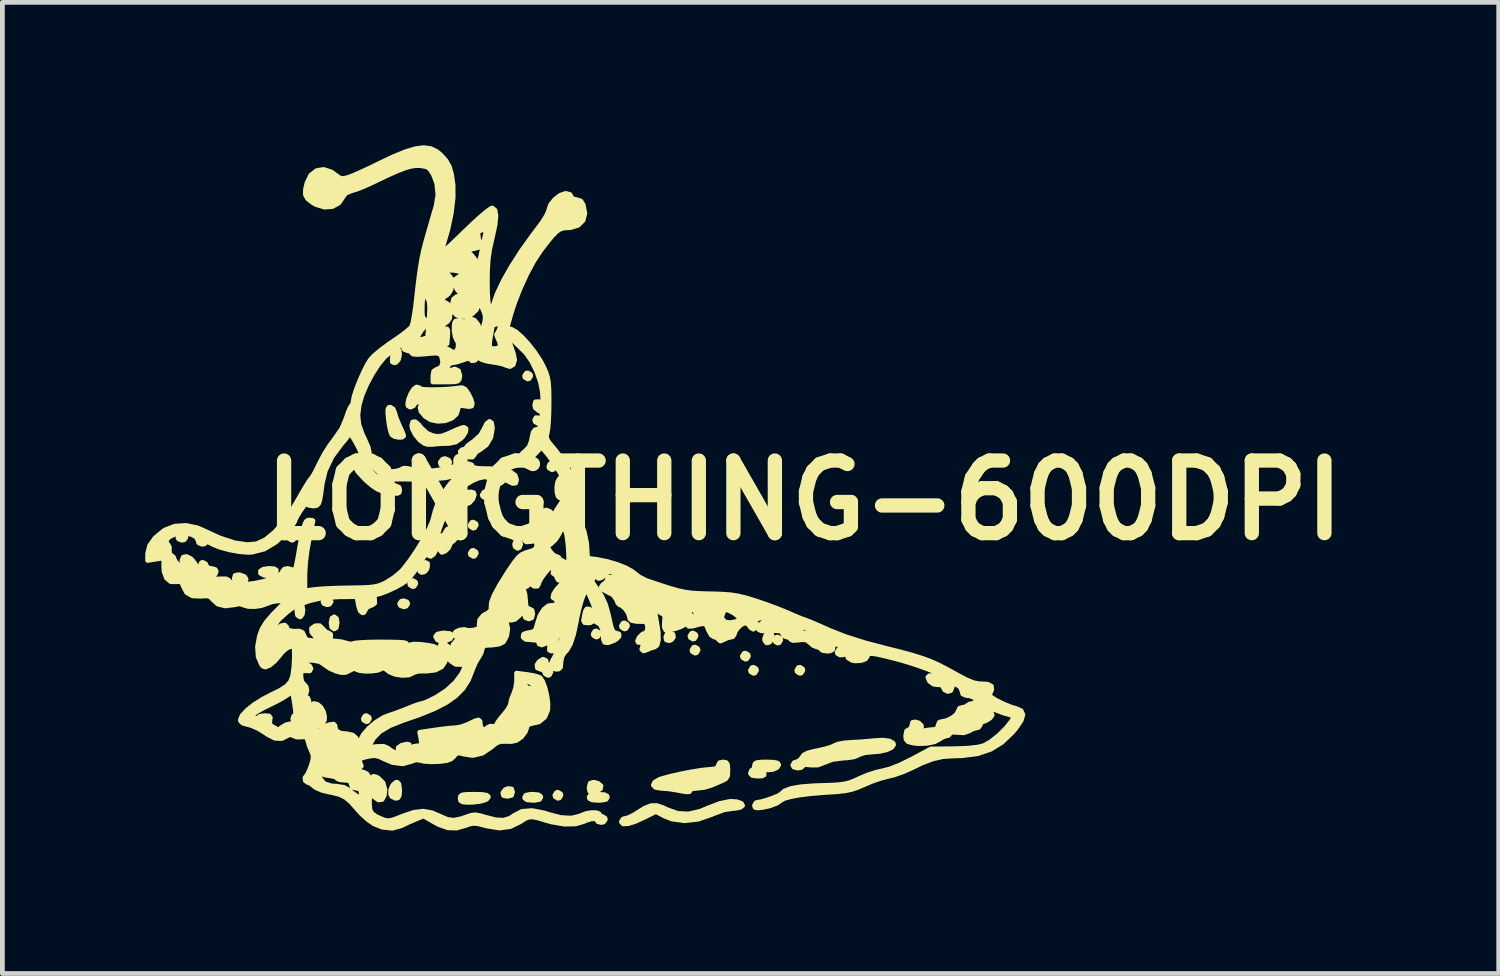
<source format=kicad_pcb>
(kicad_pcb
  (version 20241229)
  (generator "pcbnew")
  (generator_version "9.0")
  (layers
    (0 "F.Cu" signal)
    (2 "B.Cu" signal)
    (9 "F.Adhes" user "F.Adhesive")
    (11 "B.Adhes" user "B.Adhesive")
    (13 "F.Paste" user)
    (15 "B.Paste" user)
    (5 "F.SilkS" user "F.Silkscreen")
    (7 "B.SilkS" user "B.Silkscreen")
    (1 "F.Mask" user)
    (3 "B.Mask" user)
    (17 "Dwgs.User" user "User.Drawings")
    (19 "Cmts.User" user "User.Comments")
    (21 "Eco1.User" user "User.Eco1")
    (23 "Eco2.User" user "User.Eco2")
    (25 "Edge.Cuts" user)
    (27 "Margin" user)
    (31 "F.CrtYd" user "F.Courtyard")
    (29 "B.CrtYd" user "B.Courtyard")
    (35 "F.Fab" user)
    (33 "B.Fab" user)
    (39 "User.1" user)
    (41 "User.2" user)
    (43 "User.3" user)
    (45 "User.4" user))
  (footprint "LONGTHING-600DPI"
    (layer "F.Cu")
    (at 10.337 7.955)
    (property "Reference" "LONGTHING-600DPI" (at 3.5 -0.5 0) (layer "F.SilkS") (effects (font (size 1.524 1.524) (thickness 0.3))))
    (attr exclude_from_pos_files exclude_from_bom)
    (fp_poly (pts (xy -9.483 0.275) (xy -9.518 0.327) (xy -9.567 0.339) (xy -9.636 0.312) (xy -9.652 0.275) (xy -9.617 0.223) (xy -9.567 0.212) (xy -9.498 0.238) (xy -9.483 0.275)) (stroke (width 0.1) (type solid)) (fill yes) (layer "F.SilkS"))
    (fp_poly (pts (xy -7.197 0.275) (xy -7.231 0.331) (xy -7.26 0.339) (xy -7.316 0.305) (xy -7.324 0.275) (xy -7.29 0.219) (xy -7.26 0.212) (xy -7.204 0.246) (xy -7.197 0.275)) (stroke (width 0.1) (type solid)) (fill yes) (layer "F.SilkS"))
    (fp_poly (pts (xy -6.435 1.63) (xy -6.47 1.682) (xy -6.519 1.693) (xy -6.588 1.667) (xy -6.604 1.63) (xy -6.569 1.578) (xy -6.519 1.566) (xy -6.45 1.593) (xy -6.435 1.63)) (stroke (width 0.1) (type solid)) (fill yes) (layer "F.SilkS"))
    (fp_poly (pts (xy -6.308 2.074) (xy -6.327 2.175) (xy -6.371 2.201) (xy -6.422 2.163) (xy -6.435 2.074) (xy -6.416 1.974) (xy -6.371 1.947) (xy -6.321 1.985) (xy -6.308 2.074)) (stroke (width 0.1) (type solid)) (fill yes) (layer "F.SilkS"))
    (fp_poly (pts (xy -5.63 4.085) (xy -5.664 4.141) (xy -5.694 4.149) (xy -5.75 4.115) (xy -5.757 4.085) (xy -5.723 4.029) (xy -5.694 4.022) (xy -5.638 4.056) (xy -5.63 4.085)) (stroke (width 0.1) (type solid)) (fill yes) (layer "F.SilkS"))
    (fp_poly (pts (xy -5.376 -1.249) (xy -5.41 -1.193) (xy -5.44 -1.185) (xy -5.496 -1.219) (xy -5.503 -1.249) (xy -5.469 -1.305) (xy -5.44 -1.312) (xy -5.384 -1.278) (xy -5.376 -1.249)) (stroke (width 0.1) (type solid)) (fill yes) (layer "F.SilkS"))
    (fp_poly (pts (xy -4.826 1.672) (xy -4.861 1.724) (xy -4.911 1.736) (xy -4.98 1.709) (xy -4.995 1.672) (xy -4.96 1.62) (xy -4.911 1.609) (xy -4.842 1.635) (xy -4.826 1.672)) (stroke (width 0.1) (type solid)) (fill yes) (layer "F.SilkS"))
    (fp_poly (pts (xy -4.657 1.249) (xy -4.691 1.305) (xy -4.72 1.312) (xy -4.776 1.278) (xy -4.784 1.249) (xy -4.75 1.193) (xy -4.72 1.185) (xy -4.664 1.219) (xy -4.657 1.249)) (stroke (width 0.1) (type solid)) (fill yes) (layer "F.SilkS"))
    (fp_poly (pts (xy -3.387 0.021) (xy -3.421 0.077) (xy -3.45 0.085) (xy -3.506 0.051) (xy -3.514 0.021) (xy -3.48 -0.035) (xy -3.45 -0.042) (xy -3.394 -0.008) (xy -3.387 0.021)) (stroke (width 0.1) (type solid)) (fill yes) (layer "F.SilkS"))
    (fp_poly (pts (xy -3.387 0.614) (xy -3.421 0.67) (xy -3.45 0.677) (xy -3.506 0.643) (xy -3.514 0.614) (xy -3.48 0.558) (xy -3.45 0.55) (xy -3.394 0.584) (xy -3.387 0.614)) (stroke (width 0.1) (type solid)) (fill yes) (layer "F.SilkS"))
    (fp_poly (pts (xy -3.133 -0.614) (xy -3.167 -0.558) (xy -3.196 -0.55) (xy -3.252 -0.584) (xy -3.26 -0.614) (xy -3.226 -0.67) (xy -3.196 -0.677) (xy -3.14 -0.643) (xy -3.133 -0.614)) (stroke (width 0.1) (type solid)) (fill yes) (layer "F.SilkS"))
    (fp_poly (pts (xy -2.455 0.423) (xy -2.482 0.492) (xy -2.519 0.508) (xy -2.571 0.473) (xy -2.582 0.423) (xy -2.556 0.354) (xy -2.519 0.339) (xy -2.467 0.374) (xy -2.455 0.423)) (stroke (width 0.1) (type solid)) (fill yes) (layer "F.SilkS"))
    (fp_poly (pts (xy -2.244 -3.111) (xy -2.278 -3.055) (xy -2.307 -3.048) (xy -2.363 -3.082) (xy -2.371 -3.111) (xy -2.337 -3.168) (xy -2.307 -3.175) (xy -2.251 -3.141) (xy -2.244 -3.111)) (stroke (width 0.1) (type solid)) (fill yes) (layer "F.SilkS"))
    (fp_poly (pts (xy -1.609 5.694) (xy -1.643 5.75) (xy -1.672 5.757) (xy -1.728 5.723) (xy -1.736 5.694) (xy -1.702 5.638) (xy -1.672 5.63) (xy -1.616 5.664) (xy -1.609 5.694)) (stroke (width 0.1) (type solid)) (fill yes) (layer "F.SilkS"))
    (fp_poly (pts (xy -0.804 2.307) (xy -0.838 2.363) (xy -0.868 2.371) (xy -0.924 2.337) (xy -0.931 2.307) (xy -0.897 2.251) (xy -0.868 2.244) (xy -0.812 2.278) (xy -0.804 2.307)) (stroke (width 0.1) (type solid)) (fill yes) (layer "F.SilkS"))
    (fp_poly (pts (xy -0.212 2.138) (xy -0.246 2.194) (xy -0.275 2.201) (xy -0.331 2.167) (xy -0.339 2.138) (xy -0.305 2.082) (xy -0.275 2.074) (xy -0.219 2.108) (xy -0.212 2.138)) (stroke (width 0.1) (type solid)) (fill yes) (layer "F.SilkS"))
    (fp_poly (pts (xy 0.753 2.371) (xy 0.714 2.427) (xy 0.666 2.447) (xy 0.606 2.432) (xy 0.593 2.374) (xy 0.621 2.301) (xy 0.68 2.286) (xy 0.743 2.313) (xy 0.753 2.371)) (stroke (width 0.1) (type solid)) (fill yes) (layer "F.SilkS"))
    (fp_poly (pts (xy 1.228 2.349) (xy 1.194 2.406) (xy 1.164 2.413) (xy 1.108 2.379) (xy 1.101 2.349) (xy 1.135 2.293) (xy 1.164 2.286) (xy 1.22 2.32) (xy 1.228 2.349)) (stroke (width 0.1) (type solid)) (fill yes) (layer "F.SilkS"))
    (fp_poly (pts (xy 1.27 2.646) (xy 1.236 2.702) (xy 1.206 2.709) (xy 1.15 2.675) (xy 1.143 2.646) (xy 1.177 2.59) (xy 1.206 2.582) (xy 1.263 2.616) (xy 1.27 2.646)) (stroke (width 0.1) (type solid)) (fill yes) (layer "F.SilkS"))
    (fp_poly (pts (xy 2.328 2.773) (xy 2.294 2.829) (xy 2.265 2.836) (xy 2.209 2.802) (xy 2.201 2.773) (xy 2.235 2.717) (xy 2.265 2.709) (xy 2.321 2.743) (xy 2.328 2.773)) (stroke (width 0.1) (type solid)) (fill yes) (layer "F.SilkS"))
    (fp_poly (pts (xy 2.498 3.069) (xy 2.464 3.125) (xy 2.434 3.133) (xy 2.378 3.099) (xy 2.371 3.069) (xy 2.405 3.013) (xy 2.434 3.006) (xy 2.49 3.04) (xy 2.498 3.069)) (stroke (width 0.1) (type solid)) (fill yes) (layer "F.SilkS"))
    (fp_poly (pts (xy 3.006 2.434) (xy 2.972 2.49) (xy 2.942 2.498) (xy 2.886 2.464) (xy 2.879 2.434) (xy 2.913 2.378) (xy 2.942 2.371) (xy 2.998 2.405) (xy 3.006 2.434)) (stroke (width 0.1) (type solid)) (fill yes) (layer "F.SilkS"))
    (fp_poly (pts (xy 3.471 3.069) (xy 3.437 3.125) (xy 3.408 3.133) (xy 3.352 3.099) (xy 3.344 3.069) (xy 3.378 3.013) (xy 3.408 3.006) (xy 3.464 3.04) (xy 3.471 3.069)) (stroke (width 0.1) (type solid)) (fill yes) (layer "F.SilkS"))
    (fp_poly (pts (xy 2.829 2.35) (xy 2.816 2.41) (xy 2.769 2.481) (xy 2.711 2.493) (xy 2.671 2.445) (xy 2.667 2.412) (xy 2.695 2.33) (xy 2.732 2.301) (xy 2.808 2.293) (xy 2.829 2.35)) (stroke (width 0.1) (type solid)) (fill yes) (layer "F.SilkS"))
    (fp_poly (pts (xy -4.41 0.827) (xy -4.413 0.903) (xy -4.428 0.949) (xy -4.473 1) (xy -4.533 1.016) (xy -4.57 0.989) (xy -4.572 0.977) (xy -4.549 0.878) (xy -4.493 0.813) (xy -4.462 0.804) (xy -4.41 0.827)) (stroke (width 0.1) (type solid)) (fill yes) (layer "F.SilkS"))
    (fp_poly (pts (xy -3.945 -1.302) (xy -3.956 -1.246) (xy -4.031 -1.228) (xy -4.043 -1.228) (xy -4.125 -1.242) (xy -4.142 -1.294) (xy -4.141 -1.302) (xy -4.093 -1.363) (xy -4.043 -1.376) (xy -3.968 -1.344) (xy -3.945 -1.302)) (stroke (width 0.1) (type solid)) (fill yes) (layer "F.SilkS"))
    (fp_poly (pts (xy -0.768 5.496) (xy -0.779 5.558) (xy -0.857 5.604) (xy -0.96 5.626) (xy -1.005 5.609) (xy -1.016 5.544) (xy -1.016 5.524) (xy -0.993 5.44) (xy -0.919 5.42) (xy -0.829 5.444) (xy -0.768 5.496)) (stroke (width 0.1) (type solid)) (fill yes) (layer "F.SilkS"))
    (fp_poly (pts (xy -8.221 1.154) (xy -8.23 1.207) (xy -8.298 1.227) (xy -8.337 1.228) (xy -8.43 1.215) (xy -8.465 1.168) (xy -8.467 1.14) (xy -8.45 1.078) (xy -8.384 1.063) (xy -8.351 1.066) (xy -8.254 1.102) (xy -8.221 1.154)) (stroke (width 0.1) (type solid)) (fill yes) (layer "F.SilkS"))
    (fp_poly (pts (xy -7.586 1.005) (xy -7.636 1.068) (xy -7.742 1.088) (xy -7.842 1.072) (xy -7.916 1.033) (xy -7.917 0.987) (xy -7.858 0.948) (xy -7.747 0.931) (xy -7.744 0.931) (xy -7.633 0.938) (xy -7.588 0.963) (xy -7.586 1.005)) (stroke (width 0.1) (type solid)) (fill yes) (layer "F.SilkS"))
    (fp_poly (pts (xy -2.625 5.627) (xy -2.647 5.695) (xy -2.728 5.715) (xy -2.734 5.715) (xy -2.814 5.7) (xy -2.829 5.645) (xy -2.828 5.641) (xy -2.78 5.577) (xy -2.719 5.553) (xy -2.645 5.561) (xy -2.625 5.627) (xy -2.625 5.627)) (stroke (width 0.1) (type solid)) (fill yes) (layer "F.SilkS"))
    (fp_poly (pts (xy -4.995 5.588) (xy -5.003 5.699) (xy -5.032 5.748) (xy -5.077 5.757) (xy -5.156 5.722) (xy -5.185 5.675) (xy -5.184 5.581) (xy -5.142 5.485) (xy -5.077 5.425) (xy -5.049 5.419) (xy -5.011 5.458) (xy -4.996 5.571) (xy -4.995 5.588)) (stroke (width 0.1) (type solid)) (fill yes) (layer "F.SilkS"))
    (fp_poly (pts (xy -3.895 2.345) (xy -3.931 2.405) (xy -4.017 2.445) (xy -4.117 2.458) (xy -4.198 2.433) (xy -4.205 2.427) (xy -4.24 2.359) (xy -4.199 2.309) (xy -4.09 2.287) (xy -4.064 2.286) (xy -3.942 2.298) (xy -3.896 2.336) (xy -3.895 2.345)) (stroke (width 0.1) (type solid)) (fill yes) (layer "F.SilkS"))
    (fp_poly (pts (xy -2.032 5.736) (xy -2.06 5.78) (xy -2.153 5.799) (xy -2.201 5.8) (xy -2.319 5.789) (xy -2.368 5.754) (xy -2.371 5.736) (xy -2.343 5.692) (xy -2.25 5.674) (xy -2.201 5.673) (xy -2.084 5.683) (xy -2.035 5.718) (xy -2.032 5.736)) (stroke (width 0.1) (type solid)) (fill yes) (layer "F.SilkS"))
    (fp_poly (pts (xy -0.931 1.946) (xy -0.942 2.037) (xy -0.99 2.071) (xy -1.041 2.074) (xy -1.113 2.067) (xy -1.134 2.026) (xy -1.12 1.937) (xy -1.094 1.827) (xy -1.067 1.782) (xy -1.023 1.783) (xy -0.997 1.793) (xy -0.947 1.853) (xy -0.931 1.946)) (stroke (width 0.1) (type solid)) (fill yes) (layer "F.SilkS"))
    (fp_poly (pts (xy -0.635 5.736) (xy -0.66 5.778) (xy -0.745 5.797) (xy -0.826 5.8) (xy -0.951 5.791) (xy -1.008 5.763) (xy -1.016 5.736) (xy -0.991 5.694) (xy -0.906 5.675) (xy -0.826 5.673) (xy -0.7 5.681) (xy -0.643 5.709) (xy -0.635 5.736)) (stroke (width 0.1) (type solid)) (fill yes) (layer "F.SilkS"))
    (fp_poly (pts (xy -3.133 5.731) (xy -3.172 5.78) (xy -3.282 5.817) (xy -3.447 5.839) (xy -3.561 5.842) (xy -3.67 5.834) (xy -3.717 5.804) (xy -3.725 5.757) (xy -3.717 5.713) (xy -3.681 5.687) (xy -3.599 5.676) (xy -3.453 5.673) (xy -3.429 5.673) (xy -3.264 5.677) (xy -3.17 5.692) (xy -3.134 5.721) (xy -3.133 5.731)) (stroke (width 0.1) (type solid)) (fill yes) (layer "F.SilkS"))
    (fp_poly (pts (xy -1.82 3.111) (xy -1.854 3.168) (xy -1.884 3.175) (xy -1.94 3.141) (xy -1.947 3.111) (xy -1.983 3.06) (xy -2.032 3.048) (xy -2.102 3.021) (xy -2.11 2.955) (xy -2.066 2.887) (xy -1.983 2.838) (xy -1.924 2.864) (xy -1.905 2.942) (xy -1.891 3.022) (xy -1.863 3.048) (xy -1.825 3.082) (xy -1.82 3.111)) (stroke (width 0.1) (type solid)) (fill yes) (layer "F.SilkS"))
    (fp_poly (pts (xy -4.911 -1.852) (xy -4.945 -1.825) (xy -5.022 -1.822) (xy -5.106 -1.842) (xy -5.156 -1.874) (xy -5.184 -1.942) (xy -5.212 -2.066) (xy -5.23 -2.191) (xy -5.244 -2.337) (xy -5.241 -2.417) (xy -5.22 -2.45) (xy -5.192 -2.455) (xy -5.132 -2.417) (xy -5.1 -2.339) (xy -5.066 -2.226) (xy -5.01 -2.089) (xy -4.993 -2.053) (xy -4.943 -1.944) (xy -4.914 -1.867) (xy -4.911 -1.852)) (stroke (width 0.1) (type solid)) (fill yes) (layer "F.SilkS"))
    (fp_poly (pts (xy 2.963 5.058) (xy 2.927 5.112) (xy 2.841 5.151) (xy 2.741 5.161) (xy 2.693 5.151) (xy 2.652 5.156) (xy 2.656 5.21) (xy 2.657 5.265) (xy 2.611 5.288) (xy 2.524 5.292) (xy 2.412 5.279) (xy 2.371 5.237) (xy 2.371 5.228) (xy 2.394 5.172) (xy 2.413 5.165) (xy 2.447 5.129) (xy 2.455 5.08) (xy 2.465 5.033) (xy 2.505 5.007) (xy 2.597 4.997) (xy 2.709 4.995) (xy 2.857 5) (xy 2.937 5.018) (xy 2.963 5.052) (xy 2.963 5.058)) (stroke (width 0.1) (type solid)) (fill yes) (layer "F.SilkS"))
    (fp_poly (pts (xy -3.048 -2.007) (xy -3.081 -1.822) (xy -3.172 -1.666) (xy -3.304 -1.566) (xy -3.31 -1.563) (xy -3.394 -1.511) (xy -3.429 -1.455) (xy -3.465 -1.409) (xy -3.57 -1.409) (xy -3.651 -1.426) (xy -3.711 -1.468) (xy -3.722 -1.526) (xy -3.682 -1.564) (xy -3.662 -1.566) (xy -3.605 -1.587) (xy -3.598 -1.604) (xy -3.565 -1.648) (xy -3.482 -1.71) (xy -3.446 -1.732) (xy -3.295 -1.869) (xy -3.228 -1.99) (xy -3.166 -2.111) (xy -3.109 -2.156) (xy -3.066 -2.127) (xy -3.048 -2.02) (xy -3.048 -2.007)) (stroke (width 0.1) (type solid)) (fill yes) (layer "F.SilkS"))
    (fp_poly (pts (xy -3.602 -2.005) (xy -3.609 -1.936) (xy -3.664 -1.846) (xy -3.71 -1.797) (xy -3.82 -1.723) (xy -3.957 -1.695) (xy -4.017 -1.693) (xy -4.156 -1.688) (xy -4.27 -1.678) (xy -4.297 -1.673) (xy -4.405 -1.674) (xy -4.472 -1.692) (xy -4.572 -1.764) (xy -4.666 -1.88) (xy -4.729 -2.004) (xy -4.741 -2.07) (xy -4.721 -2.144) (xy -4.667 -2.149) (xy -4.593 -2.087) (xy -4.551 -2.031) (xy -4.424 -1.911) (xy -4.308 -1.86) (xy -4.204 -1.841) (xy -4.108 -1.85) (xy -3.987 -1.895) (xy -3.923 -1.925) (xy -3.793 -1.983) (xy -3.69 -2.022) (xy -3.647 -2.032) (xy -3.602 -2.005)) (stroke (width 0.1) (type solid)) (fill yes) (layer "F.SilkS"))
    (fp_poly (pts (xy 2.205 5.909) (xy 2.158 5.947) (xy 2.049 5.968) (xy 2.015 5.969) (xy 1.82 5.998) (xy 1.589 6.082) (xy 1.56 6.096) (xy 1.272 6.196) (xy 0.986 6.228) (xy 0.72 6.192) (xy 0.563 6.129) (xy 0.384 6.034) (xy 0.157 6.149) (xy -0.046 6.242) (xy -0.201 6.291) (xy -0.301 6.295) (xy -0.339 6.253) (xy -0.339 6.249) (xy -0.304 6.192) (xy -0.26 6.181) (xy -0.179 6.158) (xy -0.066 6.1) (xy -0.017 6.069) (xy 0.151 5.964) (xy 0.281 5.912) (xy 0.4 5.909) (xy 0.533 5.953) (xy 0.612 5.991) (xy 0.841 6.074) (xy 1.07 6.086) (xy 1.319 6.028) (xy 1.46 5.969) (xy 1.73 5.864) (xy 1.949 5.821) (xy 2.082 5.829) (xy 2.181 5.865) (xy 2.205 5.909)) (stroke (width 0.1) (type solid)) (fill yes) (layer "F.SilkS"))
    (fp_poly (pts (xy 1.897 5.167) (xy 1.891 5.283) (xy 1.855 5.346) (xy 1.786 5.384) (xy 1.662 5.436) (xy 1.539 5.488) (xy 1.399 5.529) (xy 1.253 5.546) (xy 1.153 5.556) (xy 1.102 5.582) (xy 1.101 5.588) (xy 1.091 5.615) (xy 1.05 5.623) (xy 0.959 5.612) (xy 0.826 5.586) (xy 0.668 5.561) (xy 0.51 5.548) (xy 0.497 5.548) (xy 0.378 5.528) (xy 0.332 5.48) (xy 0.36 5.42) (xy 0.46 5.361) (xy 0.503 5.346) (xy 0.684 5.296) (xy 0.904 5.246) (xy 1.132 5.202) (xy 1.341 5.168) (xy 1.5 5.151) (xy 1.512 5.151) (xy 1.631 5.138) (xy 1.684 5.107) (xy 1.693 5.069) (xy 1.727 5.008) (xy 1.794 4.995) (xy 1.859 5.006) (xy 1.889 5.052) (xy 1.897 5.158) (xy 1.897 5.167)) (stroke (width 0.1) (type solid)) (fill yes) (layer "F.SilkS"))
    (fp_poly (pts (xy 5.376 4.632) (xy 5.337 4.689) (xy 5.233 4.738) (xy 5.083 4.772) (xy 4.915 4.785) (xy 4.778 4.799) (xy 4.665 4.833) (xy 4.638 4.849) (xy 4.541 4.888) (xy 4.393 4.909) (xy 4.332 4.911) (xy 4.09 4.942) (xy 3.942 4.998) (xy 3.787 5.058) (xy 3.643 5.06) (xy 3.623 5.057) (xy 3.51 5.047) (xy 3.471 5.075) (xy 3.471 5.075) (xy 3.435 5.111) (xy 3.365 5.122) (xy 3.28 5.1) (xy 3.26 5.059) (xy 3.294 5.005) (xy 3.334 4.995) (xy 3.408 4.96) (xy 3.451 4.902) (xy 3.493 4.846) (xy 3.574 4.805) (xy 3.713 4.769) (xy 3.782 4.756) (xy 3.938 4.721) (xy 4.067 4.682) (xy 4.138 4.648) (xy 4.213 4.618) (xy 4.343 4.594) (xy 4.483 4.583) (xy 4.669 4.573) (xy 4.856 4.558) (xy 4.965 4.547) (xy 5.15 4.536) (xy 5.288 4.554) (xy 5.365 4.599) (xy 5.376 4.632)) (stroke (width 0.1) (type solid)) (fill yes) (layer "F.SilkS"))
    (fp_poly (pts (xy -3.471 -2.527) (xy -3.485 -2.479) (xy -3.539 -2.468) (xy -3.619 -2.479) (xy -3.719 -2.492) (xy -3.76 -2.472) (xy -3.768 -2.425) (xy -3.805 -2.309) (xy -3.902 -2.223) (xy -4.003 -2.184) (xy -4.003 -2.418) (xy -4.01 -2.443) (xy -4.089 -2.455) (xy -4.116 -2.455) (xy -4.242 -2.462) (xy -4.341 -2.479) (xy -4.346 -2.48) (xy -4.382 -2.483) (xy -4.35 -2.445) (xy -4.318 -2.418) (xy -4.19 -2.357) (xy -4.063 -2.376) (xy -4.003 -2.418) (xy -4.003 -2.184) (xy -4.038 -2.171) (xy -4.191 -2.159) (xy -4.342 -2.19) (xy -4.46 -2.263) (xy -4.548 -2.369) (xy -4.567 -2.453) (xy -4.514 -2.506) (xy -4.498 -2.511) (xy -4.46 -2.526) (xy -4.503 -2.534) (xy -4.519 -2.535) (xy -4.572 -2.552) (xy -4.572 -2.688) (xy -4.593 -2.709) (xy -4.614 -2.688) (xy -4.593 -2.667) (xy -4.572 -2.688) (xy -4.572 -2.552) (xy -4.595 -2.559) (xy -4.617 -2.593) (xy -4.631 -2.601) (xy -4.658 -2.551) (xy -4.71 -2.48) (xy -4.773 -2.457) (xy -4.819 -2.484) (xy -4.826 -2.52) (xy -4.807 -2.625) (xy -4.76 -2.739) (xy -4.701 -2.833) (xy -4.644 -2.878) (xy -4.638 -2.879) (xy -4.58 -2.862) (xy -4.572 -2.847) (xy -4.533 -2.833) (xy -4.432 -2.825) (xy -4.289 -2.823) (xy -4.127 -2.827) (xy -3.966 -2.835) (xy -3.828 -2.849) (xy -3.78 -2.856) (xy -3.683 -2.865) (xy -3.619 -2.831) (xy -3.557 -2.743) (xy -3.501 -2.632) (xy -3.472 -2.539) (xy -3.471 -2.527)) (stroke (width 0.1) (type solid)) (fill yes) (layer "F.SilkS"))
    (fp_poly (pts (xy 8.091 4.003) (xy 8.054 4.124) (xy 7.945 4.285) (xy 7.869 4.375) (xy 7.65 4.583) (xy 7.412 4.729) (xy 7.138 4.821) (xy 6.813 4.863) (xy 6.628 4.868) (xy 6.41 4.882) (xy 6.198 4.93) (xy 5.967 5.018) (xy 5.745 5.126) (xy 5.57 5.203) (xy 5.381 5.268) (xy 5.269 5.295) (xy 5.108 5.337) (xy 4.916 5.403) (xy 4.753 5.472) (xy 4.621 5.53) (xy 4.501 5.57) (xy 4.372 5.598) (xy 4.209 5.617) (xy 3.99 5.632) (xy 3.938 5.635) (xy 3.658 5.657) (xy 3.411 5.687) (xy 3.211 5.724) (xy 3.071 5.764) (xy 3.006 5.803) (xy 2.919 5.863) (xy 2.772 5.917) (xy 2.635 5.947) (xy 2.521 5.96) (xy 2.468 5.948) (xy 2.455 5.909) (xy 2.487 5.851) (xy 2.517 5.842) (xy 2.597 5.829) (xy 2.715 5.795) (xy 2.842 5.751) (xy 2.949 5.708) (xy 3.004 5.675) (xy 3.006 5.674) (xy 3.086 5.603) (xy 3.224 5.551) (xy 3.427 5.515) (xy 3.702 5.494) (xy 3.84 5.489) (xy 4.069 5.482) (xy 4.236 5.471) (xy 4.361 5.453) (xy 4.466 5.425) (xy 4.574 5.381) (xy 4.658 5.341) (xy 4.832 5.268) (xy 5.013 5.209) (xy 5.144 5.18) (xy 5.306 5.138) (xy 5.516 5.055) (xy 5.757 4.936) (xy 5.757 4.936) (xy 6.16 4.721) (xy 6.646 4.716) (xy 6.944 4.705) (xy 7.159 4.68) (xy 7.281 4.647) (xy 7.423 4.564) (xy 7.584 4.435) (xy 7.735 4.287) (xy 7.848 4.145) (xy 7.851 4.14) (xy 7.897 4.06) (xy 7.887 4.023) (xy 7.813 4.002) (xy 7.804 4) (xy 7.678 3.964) (xy 7.544 3.913) (xy 7.433 3.867) (xy 7.386 3.859) (xy 7.391 3.892) (xy 7.418 3.936) (xy 7.446 4.008) (xy 7.408 4.065) (xy 7.386 4.083) (xy 7.301 4.133) (xy 7.25 4.147) (xy 7.203 4.183) (xy 7.197 4.212) (xy 7.162 4.267) (xy 7.123 4.277) (xy 7.031 4.303) (xy 6.967 4.34) (xy 6.85 4.382) (xy 6.724 4.375) (xy 6.605 4.368) (xy 6.562 4.395) (xy 6.562 4.397) (xy 6.527 4.438) (xy 6.491 4.445) (xy 6.404 4.472) (xy 6.346 4.512) (xy 6.235 4.57) (xy 6.073 4.604) (xy 5.89 4.609) (xy 5.781 4.596) (xy 5.68 4.568) (xy 5.638 4.519) (xy 5.63 4.443) (xy 5.65 4.344) (xy 5.694 4.318) (xy 5.746 4.283) (xy 5.757 4.233) (xy 5.774 4.164) (xy 5.835 4.154) (xy 5.902 4.174) (xy 5.959 4.231) (xy 5.962 4.309) (xy 5.912 4.367) (xy 5.895 4.373) (xy 5.845 4.39) (xy 5.876 4.397) (xy 5.892 4.398) (xy 5.969 4.38) (xy 5.99 4.36) (xy 6.046 4.332) (xy 6.149 4.318) (xy 6.162 4.318) (xy 6.263 4.308) (xy 6.303 4.27) (xy 6.308 4.233) (xy 6.336 4.163) (xy 6.375 4.149) (xy 6.486 4.127) (xy 6.602 4.072) (xy 6.693 4.002) (xy 6.731 3.934) (xy 6.731 3.932) (xy 6.763 3.865) (xy 6.813 3.852) (xy 6.894 3.833) (xy 6.921 3.81) (xy 6.981 3.774) (xy 7.03 3.768) (xy 7.097 3.742) (xy 7.112 3.709) (xy 7.074 3.643) (xy 6.972 3.604) (xy 6.897 3.598) (xy 6.828 3.567) (xy 6.816 3.515) (xy 6.782 3.429) (xy 6.734 3.388) (xy 6.647 3.35) (xy 6.611 3.365) (xy 6.604 3.429) (xy 6.575 3.496) (xy 6.512 3.513) (xy 6.448 3.48) (xy 6.423 3.432) (xy 6.38 3.371) (xy 6.314 3.373) (xy 6.217 3.362) (xy 6.132 3.301) (xy 6.096 3.215) (xy 6.131 3.183) (xy 6.239 3.187) (xy 6.244 3.188) (xy 6.341 3.199) (xy 6.391 3.195) (xy 6.392 3.193) (xy 6.354 3.159) (xy 6.251 3.107) (xy 6.097 3.044) (xy 5.91 2.976) (xy 5.704 2.908) (xy 5.496 2.847) (xy 5.44 2.832) (xy 5.202 2.772) (xy 5.034 2.734) (xy 4.924 2.717) (xy 4.86 2.72) (xy 4.831 2.742) (xy 4.826 2.772) (xy 4.789 2.829) (xy 4.696 2.865) (xy 4.575 2.872) (xy 4.508 2.861) (xy 4.42 2.808) (xy 4.399 2.74) (xy 4.389 2.687) (xy 4.375 2.699) (xy 4.324 2.743) (xy 4.252 2.748) (xy 4.198 2.715) (xy 4.191 2.688) (xy 4.225 2.632) (xy 4.255 2.625) (xy 4.311 2.602) (xy 4.318 2.582) (xy 4.283 2.547) (xy 4.237 2.54) (xy 4.159 2.516) (xy 4.134 2.487) (xy 4.118 2.484) (xy 4.11 2.549) (xy 4.11 2.551) (xy 4.095 2.634) (xy 4.039 2.664) (xy 3.979 2.667) (xy 3.89 2.655) (xy 3.852 2.625) (xy 3.852 2.625) (xy 3.817 2.589) (xy 3.777 2.582) (xy 3.711 2.558) (xy 3.711 2.272) (xy 3.68 2.245) (xy 3.641 2.223) (xy 3.521 2.168) (xy 3.448 2.175) (xy 3.414 2.223) (xy 3.415 2.263) (xy 3.472 2.282) (xy 3.568 2.284) (xy 3.677 2.282) (xy 3.711 2.272) (xy 3.711 2.558) (xy 3.694 2.552) (xy 3.626 2.494) (xy 3.559 2.438) (xy 3.473 2.424) (xy 3.384 2.435) (xy 3.264 2.444) (xy 3.218 2.421) (xy 3.217 2.417) (xy 3.182 2.379) (xy 3.133 2.371) (xy 3.064 2.344) (xy 3.048 2.307) (xy 3.035 2.265) (xy 2.985 2.243) (xy 2.883 2.236) (xy 2.72 2.242) (xy 2.603 2.241) (xy 2.549 2.218) (xy 2.54 2.183) (xy 2.574 2.109) (xy 2.603 2.09) (xy 2.66 2.034) (xy 2.667 2.002) (xy 2.64 1.958) (xy 2.6 1.964) (xy 2.523 1.987) (xy 2.5 1.99) (xy 2.482 2.025) (xy 2.487 2.095) (xy 2.478 2.177) (xy 2.429 2.206) (xy 2.373 2.171) (xy 2.355 2.138) (xy 2.297 2.082) (xy 2.261 2.074) (xy 2.179 2.108) (xy 2.138 2.146) (xy 2.138 2.008) (xy 2.129 1.952) (xy 2.037 1.878) (xy 1.993 1.852) (xy 1.899 1.804) (xy 1.848 1.799) (xy 1.808 1.837) (xy 1.798 1.85) (xy 1.767 1.948) (xy 1.783 2) (xy 1.847 2.06) (xy 1.956 2.069) (xy 2.065 2.047) (xy 2.138 2.008) (xy 2.138 2.146) (xy 2.095 2.186) (xy 2.039 2.277) (xy 2.032 2.314) (xy 1.998 2.364) (xy 1.968 2.371) (xy 1.882 2.391) (xy 1.814 2.424) (xy 1.742 2.455) (xy 1.709 2.432) (xy 1.705 2.424) (xy 1.652 2.378) (xy 1.614 2.371) (xy 1.547 2.331) (xy 1.488 2.223) (xy 1.486 2.219) (xy 1.455 2.138) (xy 1.422 2.097) (xy 1.365 2.09) (xy 1.262 2.112) (xy 1.242 2.118) (xy 1.242 1.874) (xy 1.199 1.821) (xy 1.144 1.779) (xy 1.053 1.725) (xy 0.99 1.709) (xy 0.982 1.713) (xy 0.989 1.753) (xy 1.027 1.783) (xy 1.088 1.845) (xy 1.101 1.886) (xy 1.122 1.941) (xy 1.189 1.928) (xy 1.221 1.91) (xy 1.242 1.874) (xy 1.242 2.118) (xy 1.154 2.142) (xy 1.076 2.146) (xy 1.058 2.116) (xy 1.037 2.087) (xy 1.005 2.103) (xy 0.912 2.152) (xy 0.791 2.195) (xy 0.675 2.222) (xy 0.597 2.223) (xy 0.588 2.22) (xy 0.561 2.158) (xy 0.565 2.044) (xy 0.565 2.043) (xy 0.573 1.94) (xy 0.545 1.89) (xy 0.506 1.874) (xy 0.438 1.832) (xy 0.428 1.776) (xy 0.477 1.738) (xy 0.503 1.736) (xy 0.575 1.709) (xy 0.615 1.652) (xy 0.602 1.595) (xy 0.591 1.586) (xy 0.544 1.596) (xy 0.524 1.627) (xy 0.473 1.685) (xy 0.442 1.693) (xy 0.388 1.707) (xy 0.363 1.757) (xy 0.366 1.857) (xy 0.394 2.022) (xy 0.401 2.054) (xy 0.434 2.267) (xy 0.437 2.433) (xy 0.41 2.542) (xy 0.356 2.582) (xy 0.354 2.582) (xy 0.296 2.597) (xy 0.296 1.423) (xy 0.263 1.395) (xy 0.233 1.382) (xy 0.178 1.381) (xy 0.169 1.398) (xy 0.204 1.435) (xy 0.233 1.439) (xy 0.289 1.43) (xy 0.296 1.423) (xy 0.296 2.597) (xy 0.272 2.604) (xy 0.213 2.634) (xy 0.128 2.662) (xy 0.089 2.628) (xy 0.113 2.547) (xy 0.115 2.543) (xy 0.142 2.486) (xy 0.107 2.48) (xy 0.082 2.486) (xy 0.015 2.483) (xy 0 2.457) (xy 0.032 2.382) (xy 0.102 2.312) (xy 0.166 2.286) (xy 0.199 2.249) (xy 0.212 2.166) (xy 0.195 2.074) (xy 0.169 2.062) (xy 0.169 1.926) (xy 0.148 1.905) (xy 0.127 1.926) (xy 0.148 1.947) (xy 0.169 1.926) (xy 0.169 2.062) (xy 0.138 2.047) (xy -0.025 2.043) (xy -0.119 2.025) (xy -0.162 1.989) (xy -0.169 1.947) (xy -0.197 1.862) (xy -0.262 1.771) (xy -0.338 1.706) (xy -0.376 1.693) (xy -0.414 1.658) (xy -0.44 1.59) (xy -0.508 1.49) (xy -0.614 1.434) (xy -0.722 1.377) (xy -0.76 1.318) (xy -0.723 1.266) (xy -0.699 1.255) (xy -0.642 1.196) (xy -0.635 1.162) (xy -0.617 1.117) (xy -0.55 1.114) (xy -0.508 1.122) (xy -0.411 1.129) (xy -0.385 1.102) (xy -0.434 1.052) (xy -0.491 1.022) (xy -0.58 0.994) (xy -0.644 1.023) (xy -0.676 1.057) (xy -0.755 1.124) (xy -0.771 1.129) (xy -0.771 0.952) (xy -0.776 0.945) (xy -0.801 0.951) (xy -0.804 0.974) (xy -0.789 1.009) (xy -0.776 1.002) (xy -0.771 0.952) (xy -0.771 1.129) (xy -0.819 1.141) (xy -0.847 1.101) (xy -0.847 1.098) (xy -0.87 1.087) (xy -0.914 1.12) (xy -0.939 1.152) (xy -0.939 0.916) (xy -0.945 0.903) (xy -0.996 0.898) (xy -1.002 0.903) (xy -0.996 0.928) (xy -0.974 0.931) (xy -0.939 0.916) (xy -0.939 1.152) (xy -0.953 1.17) (xy -0.947 1.222) (xy -0.893 1.305) (xy -0.878 1.324) (xy -0.755 1.507) (xy -0.67 1.693) (xy -0.608 1.918) (xy -0.591 2) (xy -0.555 2.157) (xy -0.521 2.246) (xy -0.481 2.283) (xy -0.458 2.286) (xy -0.392 2.307) (xy -0.39 2.358) (xy -0.449 2.418) (xy -0.496 2.445) (xy -0.621 2.491) (xy -0.691 2.482) (xy -0.719 2.414) (xy -0.72 2.381) (xy -0.736 2.218) (xy -0.776 2.111) (xy -0.835 2.074) (xy -0.878 2.05) (xy -0.872 1.971) (xy -0.876 1.857) (xy -0.927 1.687) (xy -0.959 1.609) (xy -1.072 1.349) (xy -1.147 1.512) (xy -1.189 1.631) (xy -1.194 1.65) (xy -1.194 0.994) (xy -1.199 0.988) (xy -1.225 0.994) (xy -1.228 1.016) (xy -1.212 1.051) (xy -1.199 1.044) (xy -1.194 0.994) (xy -1.194 1.65) (xy -1.235 1.801) (xy -1.277 1.992) (xy -1.285 2.041) (xy -1.343 2.314) (xy -1.409 2.514) (xy -1.439 2.566) (xy -1.439 1.714) (xy -1.445 1.709) (xy -1.445 0.793) (xy -1.447 0.656) (xy -1.456 0.487) (xy -1.46 0.438) (xy -1.485 0.235) (xy -1.518 0.116) (xy -1.561 0.081) (xy -1.566 0.087) (xy -1.566 -0.169) (xy -1.576 -0.196) (xy -1.576 -0.534) (xy -1.63 -0.55) (xy -1.671 -0.587) (xy -1.693 -0.675) (xy -1.695 -0.786) (xy -1.676 -0.89) (xy -1.638 -0.957) (xy -1.631 -0.962) (xy -1.596 -0.996) (xy -1.608 -1.05) (xy -1.652 -1.123) (xy -1.705 -1.191) (xy -1.734 -1.204) (xy -1.735 -1.196) (xy -1.77 -1.149) (xy -1.799 -1.143) (xy -1.855 -1.177) (xy -1.863 -1.206) (xy -1.84 -1.263) (xy -1.82 -1.27) (xy -1.781 -1.289) (xy -1.802 -1.352) (xy -1.883 -1.463) (xy -1.896 -1.478) (xy -2.015 -1.62) (xy -2.187 -1.439) (xy -2.313 -1.323) (xy -2.402 -1.28) (xy -2.429 -1.283) (xy -2.491 -1.337) (xy -2.478 -1.416) (xy -2.395 -1.506) (xy -2.373 -1.522) (xy -2.28 -1.615) (xy -2.23 -1.743) (xy -2.22 -1.8) (xy -2.193 -1.923) (xy -2.154 -1.979) (xy -2.112 -1.99) (xy -2.046 -2.017) (xy -2.032 -2.053) (xy -2.066 -2.109) (xy -2.095 -2.117) (xy -2.15 -2.151) (xy -2.159 -2.185) (xy -2.133 -2.234) (xy -2.074 -2.231) (xy -2.006 -2.234) (xy -1.99 -2.285) (xy -2.025 -2.356) (xy -2.074 -2.383) (xy -2.146 -2.44) (xy -2.159 -2.499) (xy -2.143 -2.567) (xy -2.08 -2.571) (xy -2.069 -2.569) (xy -2.019 -2.561) (xy -1.994 -2.583) (xy -1.99 -2.654) (xy -2 -2.788) (xy -2.041 -2.993) (xy -2.121 -3.216) (xy -2.225 -3.425) (xy -2.341 -3.591) (xy -2.377 -3.629) (xy -2.481 -3.729) (xy -2.582 -3.83) (xy -2.661 -3.897) (xy -2.698 -3.892) (xy -2.69 -3.817) (xy -2.648 -3.703) (xy -2.605 -3.574) (xy -2.583 -3.459) (xy -2.582 -3.444) (xy -2.611 -3.35) (xy -2.681 -3.309) (xy -2.763 -3.334) (xy -2.832 -3.362) (xy -2.954 -3.388) (xy -3.045 -3.401) (xy -3.18 -3.425) (xy -3.182 -3.425) (xy -3.182 -6.161) (xy -3.225 -6.178) (xy -3.264 -6.174) (xy -3.326 -6.157) (xy -3.351 -6.117) (xy -3.345 -6.031) (xy -3.321 -5.922) (xy -3.312 -5.846) (xy -3.347 -5.807) (xy -3.446 -5.782) (xy -3.446 -5.782) (xy -3.52 -5.768) (xy -3.52 -5.999) (xy -3.532 -6.003) (xy -3.591 -5.953) (xy -3.648 -5.883) (xy -3.657 -5.834) (xy -3.635 -5.807) (xy -3.613 -5.822) (xy -3.573 -5.893) (xy -3.556 -5.927) (xy -3.52 -5.999) (xy -3.52 -5.768) (xy -3.599 -5.753) (xy -3.493 -5.655) (xy -3.42 -5.566) (xy -3.387 -5.483) (xy -3.387 -5.479) (xy -3.378 -5.423) (xy -3.355 -5.437) (xy -3.325 -5.51) (xy -3.291 -5.63) (xy -3.268 -5.736) (xy -3.238 -5.891) (xy -3.208 -6.025) (xy -3.192 -6.089) (xy -3.182 -6.161) (xy -3.182 -3.425) (xy -3.197 -3.431) (xy -3.197 -4.354) (xy -3.219 -4.442) (xy -3.259 -4.536) (xy -3.309 -4.637) (xy -3.336 -4.662) (xy -3.343 -4.625) (xy -3.344 -4.622) (xy -3.344 -4.932) (xy -3.353 -4.941) (xy -3.353 -5.144) (xy -3.358 -5.151) (xy -3.384 -5.145) (xy -3.387 -5.122) (xy -3.371 -5.087) (xy -3.358 -5.094) (xy -3.353 -5.144) (xy -3.353 -4.941) (xy -3.365 -4.953) (xy -3.387 -4.932) (xy -3.365 -4.911) (xy -3.344 -4.932) (xy -3.344 -4.622) (xy -3.383 -4.501) (xy -3.484 -4.407) (xy -3.624 -4.362) (xy -3.657 -4.36) (xy -3.796 -4.386) (xy -3.872 -4.467) (xy -3.888 -4.607) (xy -3.887 -4.622) (xy -3.864 -4.724) (xy -3.803 -4.773) (xy -3.747 -4.789) (xy -3.674 -4.809) (xy -3.667 -4.82) (xy -3.671 -4.821) (xy -3.73 -4.857) (xy -3.791 -4.93) (xy -3.838 -5.049) (xy -3.819 -5.146) (xy -3.742 -5.201) (xy -3.693 -5.207) (xy -3.617 -5.211) (xy -3.618 -5.232) (xy -3.664 -5.269) (xy -3.748 -5.308) (xy -3.768 -5.312) (xy -3.768 -5.779) (xy -3.789 -5.8) (xy -3.81 -5.779) (xy -3.789 -5.757) (xy -3.768 -5.779) (xy -3.768 -5.312) (xy -3.81 -5.32) (xy -3.81 -5.694) (xy -3.831 -5.715) (xy -3.852 -5.694) (xy -3.831 -5.673) (xy -3.81 -5.694) (xy -3.81 -5.32) (xy -3.854 -5.329) (xy -3.953 -5.33) (xy -4.014 -5.31) (xy -4.022 -5.294) (xy -3.989 -5.241) (xy -3.955 -5.216) (xy -3.905 -5.146) (xy -3.895 -5.036) (xy -3.92 -4.919) (xy -3.976 -4.829) (xy -4.011 -4.805) (xy -4.083 -4.753) (xy -4.105 -4.696) (xy -4.072 -4.66) (xy -4.047 -4.657) (xy -3.987 -4.62) (xy -3.949 -4.531) (xy -3.934 -4.42) (xy -3.948 -4.317) (xy -3.993 -4.253) (xy -4.002 -4.248) (xy -4.076 -4.192) (xy -4.107 -4.148) (xy -4.125 -4.093) (xy -4.081 -4.09) (xy -4.06 -4.095) (xy -4.005 -4.101) (xy -3.984 -4.064) (xy -3.986 -3.966) (xy -3.987 -3.953) (xy -4 -3.789) (xy -4.155 -3.791) (xy -4.155 -5.407) (xy -4.162 -5.45) (xy -4.175 -5.467) (xy -4.182 -5.411) (xy -4.183 -5.397) (xy -4.178 -5.325) (xy -4.165 -5.319) (xy -4.163 -5.323) (xy -4.155 -5.407) (xy -4.155 -3.791) (xy -4.202 -3.792) (xy -4.233 -3.79) (xy -4.233 -4.847) (xy -4.255 -4.868) (xy -4.276 -4.847) (xy -4.255 -4.826) (xy -4.233 -4.847) (xy -4.233 -3.79) (xy -4.31 -3.787) (xy -4.327 -3.782) (xy -4.327 -5.68) (xy -4.341 -5.688) (xy -4.353 -5.673) (xy -4.39 -5.586) (xy -4.416 -5.472) (xy -4.43 -5.36) (xy -4.426 -5.276) (xy -4.406 -5.249) (xy -4.371 -5.285) (xy -4.36 -5.35) (xy -4.353 -5.464) (xy -4.336 -5.593) (xy -4.327 -5.68) (xy -4.327 -3.782) (xy -4.357 -3.772) (xy -4.35 -3.76) (xy -4.271 -3.735) (xy -4.17 -3.725) (xy -4.048 -3.702) (xy -3.961 -3.66) (xy -3.869 -3.606) (xy -3.811 -3.62) (xy -3.771 -3.694) (xy -3.763 -3.803) (xy -3.794 -3.856) (xy -3.831 -3.939) (xy -3.851 -4.064) (xy -3.852 -4.099) (xy -3.847 -4.211) (xy -3.822 -4.262) (xy -3.763 -4.275) (xy -3.747 -4.276) (xy -3.661 -4.254) (xy -3.641 -4.212) (xy -3.62 -4.156) (xy -3.602 -4.149) (xy -3.581 -4.182) (xy -3.586 -4.233) (xy -3.584 -4.3) (xy -3.52 -4.318) (xy -3.424 -4.281) (xy -3.349 -4.188) (xy -3.314 -4.07) (xy -3.319 -4.001) (xy -3.337 -3.911) (xy -3.332 -3.891) (xy -3.308 -3.932) (xy -3.273 -4.023) (xy -3.242 -4.123) (xy -3.206 -4.26) (xy -3.197 -4.354) (xy -3.197 -3.431) (xy -3.28 -3.458) (xy -3.313 -3.481) (xy -3.35 -3.513) (xy -3.372 -3.482) (xy -3.418 -3.439) (xy -3.429 -3.438) (xy -3.429 -3.789) (xy -3.45 -3.81) (xy -3.471 -3.789) (xy -3.45 -3.768) (xy -3.429 -3.789) (xy -3.429 -3.438) (xy -3.479 -3.432) (xy -3.513 -3.464) (xy -3.514 -3.469) (xy -3.548 -3.481) (xy -3.632 -3.459) (xy -3.66 -3.448) (xy -3.782 -3.407) (xy -3.884 -3.387) (xy -3.893 -3.387) (xy -3.963 -3.361) (xy -3.979 -3.323) (xy -4.004 -3.267) (xy -4.024 -3.26) (xy -4.05 -3.234) (xy -4.043 -3.218) (xy -3.99 -3.202) (xy -3.941 -3.225) (xy -3.835 -3.257) (xy -3.759 -3.218) (xy -3.732 -3.121) (xy -3.733 -3.101) (xy -3.745 -3.038) (xy -3.774 -3.004) (xy -3.842 -2.988) (xy -3.967 -2.985) (xy -4.022 -2.985) (xy -4.297 -2.985) (xy -4.297 -3.111) (xy -4.281 -3.208) (xy -4.224 -3.248) (xy -4.206 -3.251) (xy -4.12 -3.299) (xy -4.09 -3.398) (xy -4.112 -3.507) (xy -4.136 -3.557) (xy -4.175 -3.583) (xy -4.249 -3.59) (xy -4.365 -3.582) (xy -4.365 -4.518) (xy -4.371 -4.652) (xy -4.393 -4.714) (xy -4.396 -4.716) (xy -4.423 -4.779) (xy -4.421 -4.912) (xy -4.417 -4.944) (xy -4.407 -5.064) (xy -4.417 -5.109) (xy -4.439 -5.1) (xy -4.465 -5.039) (xy -4.489 -4.925) (xy -4.507 -4.778) (xy -4.519 -4.622) (xy -4.522 -4.479) (xy -4.516 -4.37) (xy -4.498 -4.319) (xy -4.494 -4.318) (xy -4.455 -4.285) (xy -4.447 -4.214) (xy -4.469 -4.145) (xy -4.488 -4.127) (xy -4.535 -4.074) (xy -4.593 -3.981) (xy -4.595 -3.975) (xy -4.66 -3.85) (xy -4.542 -3.878) (xy -4.454 -3.901) (xy -4.413 -3.915) (xy -4.406 -3.958) (xy -4.395 -4.066) (xy -4.382 -4.219) (xy -4.376 -4.305) (xy -4.365 -4.518) (xy -4.365 -3.582) (xy -4.379 -3.581) (xy -4.445 -3.574) (xy -4.616 -3.562) (xy -4.712 -3.569) (xy -4.741 -3.593) (xy -4.777 -3.632) (xy -4.826 -3.641) (xy -4.895 -3.667) (xy -4.911 -3.704) (xy -4.931 -3.761) (xy -4.995 -3.75) (xy -5.038 -3.725) (xy -5.072 -3.691) (xy -5.048 -3.684) (xy -5.006 -3.648) (xy -4.997 -3.561) (xy -5.021 -3.454) (xy -5.075 -3.395) (xy -5.109 -3.387) (xy -5.149 -3.407) (xy -5.15 -3.481) (xy -5.143 -3.517) (xy -5.128 -3.604) (xy -5.146 -3.626) (xy -5.199 -3.603) (xy -5.313 -3.51) (xy -5.44 -3.355) (xy -5.568 -3.158) (xy -5.686 -2.938) (xy -5.782 -2.716) (xy -5.844 -2.509) (xy -5.845 -2.505) (xy -5.873 -2.289) (xy -5.852 -2.092) (xy -5.778 -1.883) (xy -5.735 -1.794) (xy -5.658 -1.62) (xy -5.634 -1.507) (xy -5.664 -1.449) (xy -5.71 -1.439) (xy -5.789 -1.474) (xy -5.815 -1.513) (xy -5.852 -1.598) (xy -5.907 -1.702) (xy -5.966 -1.804) (xy -6.018 -1.882) (xy -6.049 -1.916) (xy -6.054 -1.911) (xy -6.08 -1.854) (xy -6.15 -1.761) (xy -6.218 -1.682) (xy -6.417 -1.414) (xy -6.557 -1.119) (xy -6.622 -0.847) (xy -6.648 -0.644) (xy -6.671 -0.51) (xy -6.696 -0.432) (xy -6.731 -0.394) (xy -6.78 -0.382) (xy -6.819 -0.381) (xy -6.82 -0.381) (xy -6.82 -0.682) (xy -6.84 -0.696) (xy -6.884 -0.632) (xy -6.893 -0.614) (xy -6.915 -0.538) (xy -6.902 -0.508) (xy -6.86 -0.543) (xy -6.836 -0.596) (xy -6.82 -0.682) (xy -6.82 -0.381) (xy -6.909 -0.397) (xy -6.943 -0.434) (xy -6.963 -0.432) (xy -7.016 -0.372) (xy -7.07 -0.296) (xy -7.141 -0.182) (xy -7.187 -0.094) (xy -7.196 -0.063) (xy -7.225 -0.012) (xy -7.297 0.078) (xy -7.397 0.187) (xy -7.506 0.296) (xy -7.606 0.385) (xy -7.84 0.524) (xy -8.096 0.589) (xy -8.175 0.593) (xy -8.362 0.578) (xy -8.57 0.54) (xy -8.768 0.486) (xy -8.924 0.423) (xy -8.96 0.402) (xy -9.03 0.369) (xy -9.059 0.38) (xy -9.095 0.415) (xy -9.144 0.423) (xy -9.215 0.393) (xy -9.229 0.34) (xy -9.267 0.269) (xy -9.364 0.217) (xy -9.498 0.19) (xy -9.644 0.195) (xy -9.721 0.214) (xy -9.837 0.27) (xy -9.896 0.338) (xy -9.889 0.402) (xy -9.864 0.423) (xy -9.829 0.486) (xy -9.832 0.543) (xy -9.826 0.625) (xy -9.795 0.652) (xy -9.742 0.696) (xy -9.737 0.716) (xy -9.704 0.787) (xy -9.625 0.866) (xy -9.535 0.925) (xy -9.47 0.939) (xy -9.405 0.906) (xy -9.413 0.865) (xy -9.483 0.847) (xy -9.553 0.817) (xy -9.567 0.762) (xy -9.539 0.694) (xy -9.47 0.681) (xy -9.384 0.723) (xy -9.344 0.762) (xy -9.289 0.837) (xy -9.27 0.879) (xy -9.245 0.933) (xy -9.202 0.995) (xy -9.159 1.046) (xy -9.148 1.033) (xy -9.163 0.949) (xy -9.164 0.942) (xy -9.176 0.846) (xy -9.152 0.808) (xy -9.126 0.804) (xy -9.068 0.837) (xy -9.059 0.868) (xy -9.023 0.919) (xy -8.954 0.931) (xy -8.868 0.953) (xy -8.848 0.995) (xy -8.871 1.051) (xy -8.89 1.058) (xy -8.929 1.092) (xy -8.932 1.112) (xy -8.899 1.148) (xy -8.796 1.153) (xy -8.763 1.15) (xy -8.642 1.149) (xy -8.581 1.18) (xy -8.568 1.202) (xy -8.508 1.249) (xy -8.388 1.269) (xy -8.227 1.266) (xy -8.044 1.243) (xy -7.857 1.204) (xy -7.686 1.153) (xy -7.55 1.093) (xy -7.467 1.028) (xy -7.451 0.986) (xy -7.415 0.945) (xy -7.345 0.931) (xy -7.258 0.955) (xy -7.239 1.002) (xy -7.232 1.06) (xy -7.214 1.044) (xy -7.187 0.963) (xy -7.156 0.827) (xy -7.134 0.712) (xy -7.085 0.433) (xy -7.045 0.227) (xy -7.011 0.083) (xy -6.982 -0.009) (xy -6.952 -0.061) (xy -6.919 -0.082) (xy -6.897 -0.085) (xy -6.83 -0.079) (xy -6.816 -0.071) (xy -6.824 -0.027) (xy -6.846 0.082) (xy -6.878 0.236) (xy -6.9 0.339) (xy -6.94 0.563) (xy -6.97 0.806) (xy -6.984 1.022) (xy -6.985 1.069) (xy -6.985 1.402) (xy -6.797 1.374) (xy -6.682 1.363) (xy -6.506 1.352) (xy -6.291 1.344) (xy -6.062 1.339) (xy -6.045 1.339) (xy -5.811 1.335) (xy -5.643 1.328) (xy -5.521 1.314) (xy -5.426 1.291) (xy -5.338 1.255) (xy -5.267 1.219) (xy -5.116 1.123) (xy -4.973 1.004) (xy -4.917 0.945) (xy -4.772 0.756) (xy -4.627 0.542) (xy -4.494 0.323) (xy -4.384 0.119) (xy -4.312 -0.049) (xy -4.294 -0.106) (xy -4.249 -0.278) (xy -4.204 -0.407) (xy -4.143 -0.53) (xy -4.051 -0.682) (xy -4.034 -0.708) (xy -3.939 -0.839) (xy -3.839 -0.948) (xy -3.778 -0.997) (xy -3.723 -1.034) (xy -3.735 -1.04) (xy -3.747 -1.037) (xy -4.04 -0.972) (xy -4.398 -0.941) (xy -4.709 -0.942) (xy -4.907 -0.946) (xy -5.086 -0.944) (xy -5.221 -0.936) (xy -5.271 -0.93) (xy -5.397 -0.903) (xy -5.278 -0.853) (xy -5.164 -0.817) (xy -5.077 -0.804) (xy -5.009 -0.773) (xy -4.995 -0.717) (xy -5.003 -0.666) (xy -5.041 -0.645) (xy -5.131 -0.649) (xy -5.196 -0.658) (xy -5.342 -0.686) (xy -5.46 -0.733) (xy -5.578 -0.813) (xy -5.721 -0.937) (xy -5.873 -1.102) (xy -5.948 -1.243) (xy -5.947 -1.356) (xy -5.896 -1.427) (xy -5.83 -1.429) (xy -5.78 -1.365) (xy -5.74 -1.294) (xy -5.661 -1.188) (xy -5.588 -1.101) (xy -5.496 -0.999) (xy -5.445 -0.957) (xy -5.424 -0.968) (xy -5.42 -1.005) (xy -5.41 -1.063) (xy -5.368 -1.091) (xy -5.271 -1.1) (xy -5.215 -1.101) (xy -5.085 -1.11) (xy -4.988 -1.134) (xy -4.964 -1.149) (xy -4.907 -1.175) (xy -4.807 -1.165) (xy -4.726 -1.145) (xy -4.529 -1.116) (xy -4.289 -1.121) (xy -4.039 -1.157) (xy -3.837 -1.212) (xy -3.676 -1.257) (xy -3.552 -1.267) (xy -3.482 -1.243) (xy -3.471 -1.216) (xy -3.444 -1.188) (xy -3.357 -1.171) (xy -3.198 -1.164) (xy -3.12 -1.164) (xy -2.859 -1.148) (xy -2.675 -1.101) (xy -2.569 -1.022) (xy -2.54 -0.93) (xy -2.56 -0.861) (xy -2.623 -0.855) (xy -2.715 -0.9) (xy -2.787 -0.931) (xy -2.821 -0.908) (xy -2.824 -0.9) (xy -2.874 -0.859) (xy -2.959 -0.846) (xy -3.042 -0.859) (xy -3.089 -0.897) (xy -3.09 -0.907) (xy -3.123 -0.975) (xy -3.213 -0.994) (xy -3.347 -0.964) (xy -3.458 -0.916) (xy -3.588 -0.84) (xy -3.694 -0.764) (xy -3.731 -0.729) (xy -3.768 -0.679) (xy -3.757 -0.658) (xy -3.685 -0.66) (xy -3.614 -0.667) (xy -3.497 -0.675) (xy -3.442 -0.66) (xy -3.429 -0.616) (xy -3.459 -0.526) (xy -3.528 -0.45) (xy -3.595 -0.423) (xy -3.639 -0.456) (xy -3.641 -0.469) (xy -3.664 -0.48) (xy -3.704 -0.451) (xy -3.756 -0.379) (xy -3.768 -0.342) (xy -3.802 -0.301) (xy -3.831 -0.296) (xy -3.887 -0.33) (xy -3.895 -0.36) (xy -3.909 -0.421) (xy -3.944 -0.412) (xy -3.993 -0.34) (xy -4.043 -0.222) (xy -4.093 -0.083) (xy -4.138 0.038) (xy -4.153 0.076) (xy -4.187 0.187) (xy -4.174 0.242) (xy -4.124 0.254) (xy -4.059 0.218) (xy -4.034 0.169) (xy -3.993 0.104) (xy -3.937 0.087) (xy -3.898 0.122) (xy -3.895 0.148) (xy -3.872 0.205) (xy -3.852 0.212) (xy -3.813 0.24) (xy -3.819 0.298) (xy -3.862 0.349) (xy -3.873 0.354) (xy -3.93 0.4) (xy -3.937 0.425) (xy -3.97 0.499) (xy -4.042 0.568) (xy -4.108 0.593) (xy -4.141 0.557) (xy -4.138 0.487) (xy -4.131 0.401) (xy -4.152 0.387) (xy -4.19 0.441) (xy -4.228 0.529) (xy -4.283 0.632) (xy -4.345 0.677) (xy -4.398 0.655) (xy -4.414 0.624) (xy -4.441 0.631) (xy -4.496 0.697) (xy -4.567 0.81) (xy -4.568 0.813) (xy -4.665 0.964) (xy -4.774 1.104) (xy -4.847 1.179) (xy -4.951 1.252) (xy -5.096 1.331) (xy -5.254 1.404) (xy -5.399 1.459) (xy -5.501 1.482) (xy -5.506 1.482) (xy -5.528 1.516) (xy -5.522 1.582) (xy -5.519 1.661) (xy -5.575 1.701) (xy -5.606 1.71) (xy -5.687 1.751) (xy -5.715 1.8) (xy -5.747 1.856) (xy -5.775 1.863) (xy -5.823 1.823) (xy -5.859 1.715) (xy -5.863 1.693) (xy -5.892 1.524) (xy -6.258 1.525) (xy -6.625 1.549) (xy -6.879 1.607) (xy -7.001 1.649) (xy -7.073 1.679) (xy -7.08 1.691) (xy -7.04 1.727) (xy -7.026 1.806) (xy -7.038 1.89) (xy -7.074 1.943) (xy -7.091 1.947) (xy -7.141 1.91) (xy -7.154 1.817) (xy -7.154 1.687) (xy -7.363 1.849) (xy -7.531 2.001) (xy -7.633 2.14) (xy -7.662 2.246) (xy -7.638 2.249) (xy -7.578 2.202) (xy -7.578 2.201) (xy -7.486 2.135) (xy -7.409 2.12) (xy -7.368 2.16) (xy -7.366 2.18) (xy -7.327 2.232) (xy -7.215 2.251) (xy -7.103 2.246) (xy -7.035 2.277) (xy -7.004 2.344) (xy -6.963 2.423) (xy -6.879 2.442) (xy -6.865 2.442) (xy -6.777 2.453) (xy -6.741 2.516) (xy -6.739 2.529) (xy -6.711 2.605) (xy -6.672 2.621) (xy -6.648 2.573) (xy -6.647 2.551) (xy -6.677 2.472) (xy -6.747 2.382) (xy -6.753 2.377) (xy -6.84 2.27) (xy -6.846 2.191) (xy -6.773 2.138) (xy -6.765 2.135) (xy -6.675 2.133) (xy -6.611 2.196) (xy -6.543 2.265) (xy -6.488 2.286) (xy -6.443 2.315) (xy -6.447 2.371) (xy -6.448 2.432) (xy -6.395 2.454) (xy -6.349 2.455) (xy -6.214 2.471) (xy -6.113 2.499) (xy -6.023 2.52) (xy -5.973 2.509) (xy -5.923 2.496) (xy -5.806 2.486) (xy -5.637 2.478) (xy -5.432 2.475) (xy -5.385 2.475) (xy -5.157 2.477) (xy -5.001 2.481) (xy -4.904 2.489) (xy -4.854 2.504) (xy -4.838 2.527) (xy -4.841 2.551) (xy -4.84 2.612) (xy -4.822 2.625) (xy -4.787 2.591) (xy -4.784 2.565) (xy -4.766 2.533) (xy -4.704 2.52) (xy -4.579 2.524) (xy -4.519 2.529) (xy -4.379 2.547) (xy -4.278 2.569) (xy -4.24 2.589) (xy -4.199 2.624) (xy -4.157 2.598) (xy -4.149 2.561) (xy -4.125 2.504) (xy -4.054 2.518) (xy -3.937 2.601) (xy -3.909 2.625) (xy -3.773 2.722) (xy -3.658 2.748) (xy -3.556 2.709) (xy -3.538 2.683) (xy -3.592 2.67) (xy -3.674 2.668) (xy -3.814 2.649) (xy -3.881 2.6) (xy -3.871 2.525) (xy -3.809 2.454) (xy -3.75 2.396) (xy -3.756 2.373) (xy -3.782 2.371) (xy -3.843 2.342) (xy -3.852 2.312) (xy -3.816 2.261) (xy -3.734 2.224) (xy -3.642 2.212) (xy -3.595 2.224) (xy -3.528 2.234) (xy -3.426 2.222) (xy -3.339 2.191) (xy -3.318 2.143) (xy -3.326 2.109) (xy -3.316 2.014) (xy -3.241 1.92) (xy -3.125 1.853) (xy -3.074 1.795) (xy -3.076 1.744) (xy -3.069 1.643) (xy -3.009 1.488) (xy -2.893 1.275) (xy -2.723 1.002) (xy -2.695 0.961) (xy -2.586 0.802) (xy -2.504 0.7) (xy -2.431 0.638) (xy -2.352 0.602) (xy -2.297 0.586) (xy -2.181 0.548) (xy -2.128 0.502) (xy -2.117 0.441) (xy -2.127 0.373) (xy -2.175 0.356) (xy -2.244 0.366) (xy -2.335 0.374) (xy -2.369 0.344) (xy -2.371 0.323) (xy -2.336 0.265) (xy -2.293 0.254) (xy -2.206 0.224) (xy -2.138 0.169) (xy -2.061 0.106) (xy -2.004 0.085) (xy -1.952 0.061) (xy -1.968 0.002) (xy -1.995 -0.031) (xy -2.023 -0.105) (xy -2.011 -0.198) (xy -1.967 -0.274) (xy -1.919 -0.296) (xy -1.84 -0.265) (xy -1.795 -0.222) (xy -1.75 -0.179) (xy -1.737 -0.205) (xy -1.711 -0.276) (xy -1.652 -0.368) (xy -1.651 -0.369) (xy -1.581 -0.475) (xy -1.576 -0.534) (xy -1.576 -0.196) (xy -1.581 -0.211) (xy -1.585 -0.212) (xy -1.621 -0.182) (xy -1.63 -0.169) (xy -1.626 -0.13) (xy -1.611 -0.127) (xy -1.568 -0.158) (xy -1.566 -0.169) (xy -1.566 0.087) (xy -1.612 0.131) (xy -1.65 0.21) (xy -1.721 0.323) (xy -1.804 0.401) (xy -1.872 0.454) (xy -1.877 0.504) (xy -1.837 0.573) (xy -1.769 0.648) (xy -1.71 0.677) (xy -1.656 0.699) (xy -1.651 0.715) (xy -1.616 0.754) (xy -1.566 0.774) (xy -1.495 0.826) (xy -1.477 0.874) (xy -1.471 0.928) (xy -1.459 0.9) (xy -1.451 0.872) (xy -1.445 0.793) (xy -1.445 1.709) (xy -1.46 1.693) (xy -1.482 1.714) (xy -1.46 1.736) (xy -1.439 1.714) (xy -1.439 2.566) (xy -1.488 2.651) (xy -1.492 2.655) (xy -1.492 1.823) (xy -1.498 1.82) (xy -1.536 1.85) (xy -1.545 1.863) (xy -1.556 1.902) (xy -1.55 1.905) (xy -1.512 1.875) (xy -1.503 1.863) (xy -1.492 1.823) (xy -1.492 2.655) (xy -1.542 2.707) (xy -1.588 2.785) (xy -1.609 2.899) (xy -1.609 2.905) (xy -1.617 3.003) (xy -1.655 3.042) (xy -1.714 3.048) (xy -1.798 3.021) (xy -1.818 2.948) (xy -1.773 2.842) (xy -1.755 2.818) (xy -1.705 2.712) (xy -1.693 2.64) (xy -1.678 2.555) (xy -1.655 2.521) (xy -1.616 2.468) (xy -1.573 2.371) (xy -1.571 2.366) (xy -1.543 2.278) (xy -1.553 2.257) (xy -1.609 2.29) (xy -1.619 2.296) (xy -1.692 2.372) (xy -1.717 2.439) (xy -1.728 2.572) (xy -1.747 2.641) (xy -1.783 2.665) (xy -1.804 2.667) (xy -1.85 2.647) (xy -1.848 2.574) (xy -1.845 2.559) (xy -1.832 2.485) (xy -1.859 2.476) (xy -1.901 2.495) (xy -2.011 2.537) (xy -2.067 2.516) (xy -2.074 2.482) (xy -2.11 2.441) (xy -2.222 2.429) (xy -2.232 2.429) (xy -2.346 2.421) (xy -2.398 2.381) (xy -2.404 2.363) (xy -2.391 2.31) (xy -2.314 2.283) (xy -2.28 2.278) (xy -2.187 2.259) (xy -2.138 2.209) (xy -2.107 2.102) (xy -2.051 1.925) (xy -1.968 1.791) (xy -1.871 1.715) (xy -1.794 1.705) (xy -1.716 1.704) (xy -1.693 1.65) (xy -1.693 1.645) (xy -1.712 1.58) (xy -1.736 1.566) (xy -1.777 1.539) (xy -1.763 1.47) (xy -1.701 1.373) (xy -1.651 1.319) (xy -1.573 1.227) (xy -1.53 1.152) (xy -1.527 1.136) (xy -1.536 1.103) (xy -1.552 1.132) (xy -1.601 1.18) (xy -1.662 1.176) (xy -1.693 1.125) (xy -1.693 1.122) (xy -1.716 1.065) (xy -1.736 1.058) (xy -1.775 1.03) (xy -1.769 0.972) (xy -1.726 0.921) (xy -1.714 0.916) (xy -1.66 0.871) (xy -1.659 0.823) (xy -1.706 0.804) (xy -1.764 0.836) (xy -1.849 0.917) (xy -1.941 1.023) (xy -2.02 1.131) (xy -2.055 1.195) (xy -2.055 0.85) (xy -2.06 0.795) (xy -2.074 0.784) (xy -2.11 0.793) (xy -2.117 0.823) (xy -2.103 0.884) (xy -2.066 0.866) (xy -2.055 0.85) (xy -2.055 1.195) (xy -2.068 1.219) (xy -2.074 1.246) (xy -2.103 1.303) (xy -2.17 1.304) (xy -2.235 1.262) (xy -2.277 1.232) (xy -2.286 1.262) (xy -2.32 1.306) (xy -2.354 1.312) (xy -2.378 1.323) (xy -2.378 0.889) (xy -2.407 0.891) (xy -2.465 0.952) (xy -2.515 1.022) (xy -2.634 1.206) (xy -2.497 1.074) (xy -2.418 0.983) (xy -2.379 0.909) (xy -2.378 0.889) (xy -2.378 1.323) (xy -2.4 1.332) (xy -2.388 1.386) (xy -2.364 1.478) (xy -2.352 1.603) (xy -2.352 1.619) (xy -2.34 1.728) (xy -2.304 1.773) (xy -2.275 1.778) (xy -2.215 1.81) (xy -2.201 1.884) (xy -2.221 1.967) (xy -2.286 1.99) (xy -2.355 1.962) (xy -2.371 1.895) (xy -2.374 1.838) (xy -2.396 1.835) (xy -2.454 1.89) (xy -2.481 1.919) (xy -2.576 2.001) (xy -2.625 2.011) (xy -2.625 1.249) (xy -2.646 1.228) (xy -2.667 1.249) (xy -2.646 1.27) (xy -2.625 1.249) (xy -2.625 2.011) (xy -2.663 2.019) (xy -2.691 2.014) (xy -2.691 1.798) (xy -2.731 1.778) (xy -2.848 1.742) (xy -2.912 1.754) (xy -2.921 1.778) (xy -2.884 1.806) (xy -2.794 1.817) (xy -2.783 1.817) (xy -2.699 1.812) (xy -2.691 1.798) (xy -2.691 2.014) (xy -2.695 2.013) (xy -2.767 2.001) (xy -2.772 2.032) (xy -2.751 2.075) (xy -2.725 2.199) (xy -2.747 2.343) (xy -2.81 2.465) (xy -2.822 2.477) (xy -2.908 2.519) (xy -3.043 2.539) (xy -3.072 2.54) (xy -3.191 2.546) (xy -3.247 2.571) (xy -3.26 2.619) (xy -3.285 2.709) (xy -3.338 2.799) (xy -3.403 2.907) (xy -3.429 2.967) (xy -3.429 2.477) (xy -3.443 2.397) (xy -3.471 2.371) (xy -3.503 2.407) (xy -3.514 2.477) (xy -3.499 2.556) (xy -3.471 2.582) (xy -3.44 2.546) (xy -3.429 2.477) (xy -3.429 2.967) (xy -3.462 3.044) (xy -3.47 3.069) (xy -3.552 3.273) (xy -3.621 3.382) (xy -3.621 2.959) (xy -3.64 2.935) (xy -3.709 2.947) (xy -3.817 2.945) (xy -3.916 2.878) (xy -4.017 2.783) (xy -4.044 2.891) (xy -4.112 2.996) (xy -4.244 3.064) (xy -4.426 3.087) (xy -4.445 3.086) (xy -4.445 2.879) (xy -4.48 2.843) (xy -4.519 2.837) (xy -4.568 2.844) (xy -4.538 2.873) (xy -4.53 2.879) (xy -4.466 2.916) (xy -4.446 2.905) (xy -4.445 2.879) (xy -4.445 3.086) (xy -4.483 3.085) (xy -4.605 3.089) (xy -4.694 3.114) (xy -4.707 3.124) (xy -4.801 3.167) (xy -4.805 3.168) (xy -4.805 2.888) (xy -4.811 2.856) (xy -4.844 2.798) (xy -4.864 2.823) (xy -4.868 2.881) (xy -4.853 2.94) (xy -4.828 2.943) (xy -4.805 2.888) (xy -4.805 3.168) (xy -4.938 3.177) (xy -5.084 3.156) (xy -5.206 3.106) (xy -5.237 3.082) (xy -5.316 3.023) (xy -5.37 3.027) (xy -5.376 3.032) (xy -5.376 2.688) (xy -5.397 2.667) (xy -5.419 2.688) (xy -5.397 2.709) (xy -5.376 2.688) (xy -5.376 3.032) (xy -5.385 3.04) (xy -5.455 3.069) (xy -5.572 3.086) (xy -5.705 3.089) (xy -5.824 3.078) (xy -5.899 3.054) (xy -5.907 3.046) (xy -5.961 3.032) (xy -6.042 3.072) (xy -6.129 3.115) (xy -6.219 3.117) (xy -6.316 3.093) (xy -6.448 3.037) (xy -6.559 2.965) (xy -6.573 2.952) (xy -6.671 2.888) (xy -6.811 2.861) (xy -6.866 2.86) (xy -7 2.865) (xy -7.062 2.883) (xy -7.048 2.909) (xy -6.964 2.938) (xy -6.884 2.981) (xy -6.858 3.033) (xy -6.882 3.08) (xy -6.964 3.08) (xy -7.036 3.075) (xy -7.065 3.115) (xy -7.07 3.198) (xy -7.051 3.309) (xy -7.006 3.36) (xy -6.958 3.416) (xy -6.943 3.491) (xy -6.965 3.577) (xy -7.006 3.598) (xy -7.063 3.619) (xy -7.07 3.637) (xy -7.036 3.658) (xy -6.985 3.653) (xy -6.924 3.652) (xy -6.902 3.705) (xy -6.9 3.752) (xy -6.892 3.828) (xy -6.868 3.823) (xy -6.863 3.816) (xy -6.798 3.768) (xy -6.721 3.784) (xy -6.647 3.849) (xy -6.592 3.945) (xy -6.57 4.058) (xy -6.577 4.12) (xy -6.63 4.214) (xy -6.709 4.241) (xy -6.787 4.205) (xy -6.837 4.106) (xy -6.873 4.017) (xy -6.923 3.979) (xy -6.924 3.979) (xy -6.946 4.002) (xy -6.92 4.077) (xy -6.868 4.17) (xy -6.785 4.295) (xy -6.724 4.35) (xy -6.672 4.343) (xy -6.63 4.299) (xy -6.555 4.244) (xy -6.466 4.21) (xy -6.382 4.199) (xy -6.352 4.233) (xy -6.35 4.267) (xy -6.319 4.349) (xy -6.221 4.393) (xy -6.098 4.403) (xy -5.982 4.429) (xy -5.908 4.496) (xy -5.896 4.583) (xy -5.899 4.593) (xy -5.903 4.648) (xy -5.888 4.657) (xy -5.852 4.621) (xy -5.824 4.548) (xy -5.761 4.424) (xy -5.643 4.287) (xy -5.494 4.16) (xy -5.337 4.062) (xy -5.249 4.027) (xy -5.099 3.976) (xy -4.922 3.91) (xy -4.821 3.869) (xy -4.686 3.815) (xy -4.578 3.778) (xy -4.53 3.768) (xy -4.468 3.749) (xy -4.357 3.7) (xy -4.225 3.633) (xy -4.007 3.49) (xy -3.822 3.319) (xy -3.689 3.137) (xy -3.645 3.043) (xy -3.621 2.959) (xy -3.621 3.382) (xy -3.664 3.45) (xy -3.816 3.605) (xy -4.015 3.746) (xy -4.273 3.879) (xy -4.598 4.01) (xy -4.937 4.127) (xy -5.207 4.234) (xy -5.411 4.357) (xy -5.541 4.49) (xy -5.547 4.5) (xy -5.61 4.61) (xy -5.618 4.665) (xy -5.565 4.679) (xy -5.465 4.669) (xy -5.333 4.665) (xy -5.239 4.706) (xy -5.203 4.736) (xy -5.098 4.8) (xy -4.998 4.821) (xy -4.936 4.813) (xy -4.958 4.798) (xy -4.964 4.797) (xy -5.029 4.753) (xy -5.025 4.694) (xy -4.956 4.645) (xy -4.942 4.641) (xy -4.84 4.619) (xy -4.794 4.63) (xy -4.781 4.683) (xy -4.78 4.688) (xy -4.769 4.729) (xy -4.756 4.71) (xy -4.702 4.669) (xy -4.627 4.657) (xy -4.557 4.649) (xy -4.535 4.608) (xy -4.547 4.514) (xy -4.574 4.371) (xy -4.254 4.323) (xy -4.081 4.3) (xy -3.927 4.283) (xy -3.823 4.276) (xy -3.817 4.276) (xy -3.705 4.256) (xy -3.571 4.208) (xy -3.535 4.191) (xy -3.408 4.13) (xy -3.338 4.113) (xy -3.308 4.141) (xy -3.302 4.212) (xy -3.276 4.294) (xy -3.217 4.32) (xy -3.155 4.277) (xy -3.152 4.272) (xy -3.092 4.243) (xy -3.043 4.247) (xy -2.978 4.243) (xy -2.963 4.219) (xy -2.936 4.162) (xy -2.868 4.07) (xy -2.815 4.009) (xy -2.73 3.902) (xy -2.676 3.807) (xy -2.667 3.77) (xy -2.648 3.678) (xy -2.604 3.571) (xy -2.56 3.444) (xy -2.54 3.299) (xy -2.54 3.29) (xy -2.54 3.13) (xy -2.318 3.158) (xy -2.182 3.181) (xy -2.078 3.21) (xy -2.045 3.227) (xy -1.991 3.306) (xy -1.942 3.442) (xy -1.903 3.605) (xy -1.882 3.767) (xy -1.885 3.899) (xy -1.885 3.901) (xy -1.949 4.053) (xy -2.073 4.154) (xy -2.084 4.156) (xy -2.084 3.806) (xy -2.105 3.781) (xy -2.117 3.787) (xy -2.117 3.535) (xy -2.138 3.514) (xy -2.159 3.535) (xy -2.159 3.437) (xy -2.193 3.371) (xy -2.266 3.316) (xy -2.316 3.302) (xy -2.364 3.329) (xy -2.363 3.384) (xy -2.318 3.434) (xy -2.297 3.442) (xy -2.202 3.464) (xy -2.165 3.459) (xy -2.159 3.437) (xy -2.159 3.535) (xy -2.138 3.556) (xy -2.117 3.535) (xy -2.117 3.787) (xy -2.168 3.817) (xy -2.22 3.867) (xy -2.284 3.941) (xy -2.292 3.972) (xy -2.247 3.979) (xy -2.243 3.979) (xy -2.161 3.945) (xy -2.115 3.891) (xy -2.084 3.806) (xy -2.084 4.156) (xy -2.24 4.191) (xy -2.242 4.191) (xy -2.313 4.22) (xy -2.328 4.278) (xy -2.358 4.363) (xy -2.372 4.382) (xy -2.372 3.672) (xy -2.374 3.535) (xy -2.434 3.641) (xy -2.486 3.744) (xy -2.487 3.796) (xy -2.436 3.81) (xy -2.434 3.81) (xy -2.386 3.776) (xy -2.372 3.672) (xy -2.372 4.382) (xy -2.431 4.459) (xy -2.442 4.47) (xy -2.539 4.54) (xy -2.648 4.565) (xy -2.745 4.563) (xy -2.875 4.564) (xy -2.97 4.6) (xy -3.075 4.686) (xy -3.076 4.687) (xy -3.196 4.768) (xy -3.196 4.487) (xy -3.2 4.448) (xy -3.215 4.445) (xy -3.258 4.476) (xy -3.26 4.487) (xy -3.245 4.529) (xy -3.241 4.53) (xy -3.205 4.5) (xy -3.196 4.487) (xy -3.196 4.768) (xy -3.26 4.811) (xy -3.46 4.858) (xy -3.514 4.85) (xy -3.514 4.593) (xy -3.535 4.572) (xy -3.556 4.593) (xy -3.535 4.614) (xy -3.514 4.593) (xy -3.514 4.85) (xy -3.563 4.842) (xy -3.563 4.43) (xy -3.57 4.417) (xy -3.62 4.412) (xy -3.627 4.417) (xy -3.621 4.442) (xy -3.598 4.445) (xy -3.563 4.43) (xy -3.563 4.842) (xy -3.649 4.829) (xy -3.749 4.803) (xy -3.776 4.811) (xy -3.776 4.475) (xy -3.779 4.462) (xy -3.833 4.451) (xy -3.938 4.454) (xy -4.066 4.467) (xy -4.19 4.487) (xy -4.283 4.511) (xy -4.318 4.533) (xy -4.281 4.55) (xy -4.186 4.55) (xy -4.128 4.544) (xy -4.004 4.534) (xy -3.945 4.549) (xy -3.932 4.577) (xy -3.921 4.596) (xy -3.908 4.561) (xy -3.859 4.498) (xy -3.821 4.487) (xy -3.776 4.475) (xy -3.776 4.811) (xy -3.81 4.822) (xy -3.858 4.876) (xy -3.916 4.931) (xy -3.937 4.939) (xy -3.937 4.673) (xy -3.972 4.659) (xy -4 4.657) (xy -4.057 4.679) (xy -4.064 4.698) (xy -4.033 4.721) (xy -4 4.714) (xy -3.945 4.684) (xy -3.937 4.673) (xy -3.937 4.939) (xy -4.003 4.964) (xy -4.142 4.983) (xy -4.204 4.987) (xy -4.233 4.988) (xy -4.233 4.765) (xy -4.263 4.729) (xy -4.276 4.72) (xy -4.315 4.724) (xy -4.318 4.739) (xy -4.287 4.782) (xy -4.276 4.784) (xy -4.234 4.769) (xy -4.233 4.765) (xy -4.233 4.988) (xy -4.358 4.99) (xy -4.486 4.98) (xy -4.552 4.963) (xy -4.652 4.948) (xy -4.737 4.979) (xy -4.929 5.033) (xy -5.142 5.006) (xy -5.305 4.938) (xy -5.431 4.879) (xy -5.531 4.86) (xy -5.649 4.876) (xy -5.683 4.883) (xy -5.797 4.914) (xy -5.844 4.943) (xy -5.839 4.986) (xy -5.826 5.009) (xy -5.8 5.079) (xy -5.832 5.11) (xy -5.867 5.146) (xy -5.839 5.186) (xy -5.766 5.207) (xy -5.758 5.207) (xy -5.683 5.243) (xy -5.65 5.297) (xy -5.621 5.355) (xy -5.589 5.335) (xy -5.586 5.331) (xy -5.547 5.296) (xy -5.483 5.312) (xy -5.446 5.331) (xy -5.344 5.43) (xy -5.304 5.574) (xy -5.317 5.694) (xy -5.365 5.782) (xy -5.44 5.791) (xy -5.518 5.736) (xy -5.581 5.684) (xy -5.615 5.692) (xy -5.629 5.77) (xy -5.63 5.858) (xy -5.621 5.987) (xy -5.582 6.072) (xy -5.493 6.138) (xy -5.375 6.191) (xy -5.293 6.221) (xy -5.221 6.228) (xy -5.133 6.209) (xy -5.004 6.161) (xy -4.931 6.131) (xy -4.697 6.052) (xy -4.501 6.028) (xy -4.316 6.061) (xy -4.147 6.134) (xy -3.993 6.201) (xy -3.858 6.218) (xy -3.706 6.187) (xy -3.607 6.153) (xy -3.493 6.114) (xy -3.404 6.104) (xy -3.3 6.123) (xy -3.2 6.153) (xy -2.98 6.209) (xy -2.811 6.217) (xy -2.676 6.176) (xy -2.59 6.117) (xy -2.426 6.032) (xy -2.216 6.015) (xy -1.957 6.065) (xy -1.863 6.096) (xy -1.611 6.161) (xy -1.388 6.173) (xy -1.21 6.13) (xy -1.185 6.117) (xy -1.085 6.078) (xy -0.97 6.058) (xy -0.869 6.059) (xy -0.81 6.081) (xy -0.804 6.096) (xy -0.77 6.134) (xy -0.741 6.138) (xy -0.685 6.172) (xy -0.677 6.202) (xy -0.713 6.254) (xy -0.762 6.265) (xy -0.831 6.248) (xy -0.847 6.223) (xy -0.881 6.187) (xy -0.967 6.187) (xy -1.083 6.223) (xy -1.128 6.244) (xy -1.307 6.296) (xy -1.538 6.3) (xy -1.804 6.254) (xy -1.912 6.224) (xy -2.084 6.172) (xy -2.201 6.148) (xy -2.288 6.153) (xy -2.369 6.187) (xy -2.461 6.248) (xy -2.67 6.351) (xy -2.9 6.381) (xy -3.165 6.339) (xy -3.195 6.331) (xy -3.339 6.293) (xy -3.438 6.282) (xy -3.525 6.297) (xy -3.604 6.326) (xy -3.8 6.382) (xy -3.98 6.377) (xy -4.172 6.309) (xy -4.263 6.26) (xy -4.494 6.128) (xy -4.67 6.201) (xy -4.809 6.261) (xy -4.934 6.32) (xy -4.96 6.333) (xy -5.148 6.386) (xy -5.36 6.364) (xy -5.531 6.295) (xy -5.658 6.208) (xy -5.795 6.085) (xy -5.8 6.08) (xy -5.8 5.652) (xy -5.817 5.571) (xy -5.886 5.546) (xy -5.892 5.546) (xy -5.892 4.853) (xy -5.898 4.84) (xy -5.949 4.835) (xy -5.955 4.84) (xy -5.949 4.865) (xy -5.927 4.868) (xy -5.892 4.853) (xy -5.892 5.546) (xy -5.905 5.546) (xy -5.988 5.526) (xy -6.011 5.461) (xy -6.028 5.403) (xy -6.093 5.379) (xy -6.146 5.377) (xy -6.146 5.022) (xy -6.152 5.009) (xy -6.203 5.004) (xy -6.209 5.009) (xy -6.203 5.035) (xy -6.181 5.038) (xy -6.146 5.022) (xy -6.146 5.377) (xy -6.16 5.376) (xy -6.257 5.366) (xy -6.306 5.342) (xy -6.308 5.337) (xy -6.345 5.308) (xy -6.438 5.287) (xy -6.466 5.284) (xy -6.573 5.266) (xy -6.604 5.239) (xy -6.604 4.72) (xy -6.625 4.699) (xy -6.646 4.72) (xy -6.625 4.741) (xy -6.604 4.72) (xy -6.604 5.239) (xy -6.619 5.226) (xy -6.626 5.178) (xy -6.64 5.09) (xy -6.658 5.054) (xy -6.677 5.072) (xy -6.688 5.152) (xy -6.689 5.198) (xy -6.661 5.352) (xy -6.574 5.451) (xy -6.423 5.498) (xy -6.327 5.503) (xy -6.166 5.527) (xy -6.072 5.58) (xy -5.991 5.646) (xy -5.898 5.71) (xy -5.826 5.751) (xy -5.81 5.756) (xy -5.802 5.721) (xy -5.8 5.652) (xy -5.8 6.08) (xy -5.874 5.999) (xy -6.011 5.842) (xy -6.128 5.741) (xy -6.251 5.679) (xy -6.405 5.639) (xy -6.462 5.629) (xy -6.624 5.59) (xy -6.753 5.534) (xy -6.793 5.504) (xy -6.875 5.442) (xy -6.935 5.419) (xy -6.976 5.387) (xy -6.983 5.325) (xy -6.953 5.285) (xy -6.922 5.24) (xy -6.879 5.14) (xy -6.854 5.073) (xy -6.816 4.942) (xy -6.812 4.853) (xy -6.841 4.777) (xy -6.893 4.656) (xy -6.92 4.561) (xy -6.949 4.479) (xy -7.005 4.462) (xy -7.05 4.47) (xy -7.115 4.471) (xy -7.115 4.223) (xy -7.142 4.16) (xy -7.176 4.149) (xy -7.232 4.115) (xy -7.239 4.085) (xy -7.219 4.029) (xy -7.203 4.022) (xy -7.184 4.014) (xy -7.178 3.98) (xy -7.184 3.904) (xy -7.203 3.77) (xy -7.218 3.671) (xy -7.243 3.511) (xy -7.366 3.598) (xy -7.472 3.664) (xy -7.62 3.743) (xy -7.734 3.798) (xy -7.876 3.869) (xy -7.996 3.938) (xy -8.055 3.982) (xy -8.107 4.036) (xy -8.092 4.062) (xy -8.045 4.076) (xy -7.977 4.079) (xy -7.959 4.06) (xy -7.922 4.033) (xy -7.832 4.022) (xy -7.827 4.022) (xy -7.738 4.029) (xy -7.711 4.065) (xy -7.721 4.125) (xy -7.724 4.21) (xy -7.667 4.253) (xy -7.662 4.254) (xy -7.594 4.293) (xy -7.578 4.323) (xy -7.552 4.327) (xy -7.489 4.281) (xy -7.485 4.277) (xy -7.378 4.213) (xy -7.277 4.191) (xy -7.185 4.208) (xy -7.14 4.244) (xy -7.121 4.259) (xy -7.115 4.223) (xy -7.115 4.471) (xy -7.158 4.471) (xy -7.218 4.445) (xy -7.298 4.416) (xy -7.334 4.434) (xy -7.471 4.503) (xy -7.615 4.496) (xy -7.779 4.411) (xy -7.813 4.386) (xy -7.954 4.297) (xy -8.101 4.231) (xy -8.172 4.212) (xy -8.289 4.18) (xy -8.337 4.131) (xy -8.34 4.108) (xy -8.303 4.02) (xy -8.202 3.91) (xy -8.052 3.791) (xy -7.865 3.673) (xy -7.697 3.586) (xy -7.5 3.489) (xy -7.368 3.402) (xy -7.286 3.308) (xy -7.241 3.187) (xy -7.218 3.02) (xy -7.213 2.947) (xy -7.206 2.787) (xy -7.206 2.66) (xy -7.215 2.589) (xy -7.217 2.584) (xy -7.271 2.564) (xy -7.357 2.599) (xy -7.453 2.679) (xy -7.526 2.768) (xy -7.618 2.876) (xy -7.718 2.959) (xy -7.731 2.966) (xy -7.814 3.001) (xy -7.865 2.985) (xy -7.895 2.949) (xy -7.966 2.785) (xy -7.98 2.574) (xy -7.939 2.347) (xy -7.882 2.197) (xy -7.796 2.058) (xy -7.664 1.904) (xy -7.623 1.862) (xy -7.375 1.609) (xy -7.424 1.609) (xy -7.424 1.426) (xy -7.455 1.374) (xy -7.462 1.368) (xy -7.528 1.324) (xy -7.565 1.328) (xy -7.563 1.372) (xy -7.534 1.399) (xy -7.454 1.436) (xy -7.424 1.426) (xy -7.424 1.609) (xy -7.529 1.61) (xy -7.666 1.628) (xy -7.785 1.67) (xy -7.789 1.672) (xy -7.881 1.705) (xy -7.881 1.551) (xy -7.888 1.538) (xy -7.938 1.533) (xy -7.945 1.538) (xy -7.939 1.563) (xy -7.916 1.566) (xy -7.881 1.551) (xy -7.881 1.705) (xy -7.9 1.712) (xy -8.039 1.731) (xy -8.172 1.729) (xy -8.266 1.704) (xy -8.28 1.694) (xy -8.359 1.673) (xy -8.468 1.694) (xy -8.654 1.718) (xy -8.81 1.681) (xy -8.914 1.589) (xy -8.966 1.529) (xy -9.037 1.507) (xy -9.157 1.513) (xy -9.168 1.514) (xy -9.345 1.507) (xy -9.468 1.437) (xy -9.539 1.303) (xy -9.543 1.287) (xy -9.577 1.214) (xy -9.645 1.204) (xy -9.676 1.211) (xy -9.801 1.208) (xy -9.892 1.132) (xy -9.942 0.993) (xy -9.948 0.898) (xy -9.948 0.709) (xy -10.118 0.736) (xy -10.287 0.763) (xy -10.287 0.618) (xy -10.246 0.453) (xy -10.131 0.29) (xy -9.949 0.141) (xy -9.923 0.124) (xy -9.719 0.044) (xy -9.485 0.028) (xy -9.249 0.076) (xy -9.144 0.12) (xy -8.776 0.289) (xy -8.461 0.392) (xy -8.196 0.432) (xy -7.997 0.413) (xy -7.812 0.327) (xy -7.616 0.166) (xy -7.415 -0.065) (xy -7.217 -0.359) (xy -7.137 -0.496) (xy -7.039 -0.668) (xy -6.953 -0.813) (xy -6.889 -0.913) (xy -6.857 -0.953) (xy -6.821 -1.001) (xy -6.762 -1.106) (xy -6.692 -1.248) (xy -6.675 -1.283) (xy -6.58 -1.465) (xy -6.466 -1.646) (xy -6.361 -1.787) (xy -6.21 -2.005) (xy -6.12 -2.219) (xy -6.076 -2.35) (xy -6.034 -2.445) (xy -6.011 -2.477) (xy -5.976 -2.536) (xy -5.969 -2.588) (xy -5.951 -2.686) (xy -5.902 -2.833) (xy -5.834 -3.008) (xy -5.755 -3.186) (xy -5.677 -3.343) (xy -5.608 -3.455) (xy -5.604 -3.46) (xy -5.523 -3.544) (xy -5.391 -3.654) (xy -5.231 -3.773) (xy -5.142 -3.834) (xy -4.985 -3.942) (xy -4.854 -4.041) (xy -4.766 -4.118) (xy -4.741 -4.149) (xy -4.718 -4.224) (xy -4.692 -4.361) (xy -4.666 -4.534) (xy -4.655 -4.622) (xy -4.619 -4.946) (xy -4.588 -5.203) (xy -4.558 -5.41) (xy -4.528 -5.585) (xy -4.493 -5.746) (xy -4.452 -5.909) (xy -4.406 -6.075) (xy -4.348 -6.275) (xy -4.295 -6.458) (xy -4.253 -6.601) (xy -4.232 -6.671) (xy -4.192 -6.91) (xy -4.215 -7.152) (xy -4.288 -7.345) (xy -4.357 -7.451) (xy -4.41 -7.491) (xy -4.41 -7.72) (xy -4.417 -7.733) (xy -4.467 -7.738) (xy -4.473 -7.733) (xy -4.467 -7.708) (xy -4.445 -7.705) (xy -4.41 -7.72) (xy -4.41 -7.491) (xy -4.427 -7.503) (xy -4.536 -7.524) (xy -4.576 -7.527) (xy -4.63 -7.527) (xy -4.63 -7.714) (xy -4.64 -7.737) (xy -4.704 -7.726) (xy -4.799 -7.689) (xy -4.84 -7.659) (xy -4.82 -7.645) (xy -4.765 -7.651) (xy -4.673 -7.682) (xy -4.63 -7.714) (xy -4.63 -7.527) (xy -4.669 -7.527) (xy -4.77 -7.511) (xy -4.891 -7.475) (xy -5.047 -7.414) (xy -5.08 -7.399) (xy -5.08 -7.556) (xy -5.101 -7.578) (xy -5.122 -7.556) (xy -5.101 -7.535) (xy -5.08 -7.556) (xy -5.08 -7.399) (xy -5.165 -7.362) (xy -5.165 -7.514) (xy -5.186 -7.535) (xy -5.207 -7.514) (xy -5.186 -7.493) (xy -5.165 -7.514) (xy -5.165 -7.362) (xy -5.247 -7.325) (xy -5.507 -7.201) (xy -5.609 -7.152) (xy -5.765 -7.082) (xy -5.913 -7.026) (xy -6.004 -7) (xy -6.131 -6.946) (xy -6.181 -6.877) (xy -6.272 -6.743) (xy -6.357 -6.697) (xy -6.357 -7.018) (xy -6.363 -7.059) (xy -6.375 -7.072) (xy -6.382 -7.014) (xy -6.383 -6.985) (xy -6.378 -6.908) (xy -6.367 -6.899) (xy -6.363 -6.911) (xy -6.357 -7.018) (xy -6.357 -6.697) (xy -6.409 -6.668) (xy -6.575 -6.656) (xy -6.661 -6.682) (xy -6.661 -7.055) (xy -6.705 -7.069) (xy -6.726 -7.07) (xy -6.799 -7.044) (xy -6.816 -7.006) (xy -6.796 -6.95) (xy -6.779 -6.943) (xy -6.723 -6.972) (xy -6.689 -7.006) (xy -6.661 -7.055) (xy -6.661 -6.682) (xy -6.752 -6.71) (xy -6.827 -6.754) (xy -6.927 -6.833) (xy -6.974 -6.914) (xy -6.974 -7.022) (xy -6.941 -7.164) (xy -6.861 -7.327) (xy -6.738 -7.423) (xy -6.59 -7.447) (xy -6.43 -7.395) (xy -6.354 -7.341) (xy -6.262 -7.273) (xy -6.186 -7.254) (xy -6.084 -7.278) (xy -6.065 -7.284) (xy -5.962 -7.324) (xy -5.807 -7.392) (xy -5.621 -7.478) (xy -5.461 -7.556) (xy -5.137 -7.711) (xy -4.873 -7.819) (xy -4.66 -7.883) (xy -4.486 -7.905) (xy -4.343 -7.885) (xy -4.221 -7.826) (xy -4.138 -7.759) (xy -4.025 -7.635) (xy -3.951 -7.504) (xy -3.904 -7.34) (xy -3.874 -7.125) (xy -3.872 -6.858) (xy -3.909 -6.54) (xy -3.982 -6.19) (xy -3.983 -6.187) (xy -3.983 -7.03) (xy -3.999 -7.103) (xy -4.016 -7.112) (xy -4.047 -7.073) (xy -4.063 -6.966) (xy -4.064 -6.931) (xy -4.064 -7.429) (xy -4.085 -7.451) (xy -4.106 -7.429) (xy -4.085 -7.408) (xy -4.064 -7.429) (xy -4.064 -6.931) (xy -4.065 -6.911) (xy -4.07 -6.765) (xy -4.083 -6.638) (xy -4.089 -6.604) (xy -4.101 -6.535) (xy -4.086 -6.541) (xy -4.064 -6.574) (xy -4.032 -6.659) (xy -4.003 -6.791) (xy -3.991 -6.881) (xy -3.983 -7.03) (xy -3.983 -6.187) (xy -4.087 -5.83) (xy -4.11 -5.764) (xy -4.11 -6.305) (xy -4.114 -6.371) (xy -4.146 -6.373) (xy -4.175 -6.321) (xy -4.21 -6.212) (xy -4.235 -6.107) (xy -4.267 -5.964) (xy -4.295 -5.848) (xy -4.309 -5.801) (xy -4.328 -5.737) (xy -4.32 -5.737) (xy -4.292 -5.787) (xy -4.252 -5.872) (xy -4.207 -5.979) (xy -4.195 -6.011) (xy -4.137 -6.181) (xy -4.11 -6.305) (xy -4.11 -5.764) (xy -4.14 -5.679) (xy -4.119 -5.688) (xy -4.047 -5.749) (xy -3.933 -5.852) (xy -3.786 -5.991) (xy -3.639 -6.135) (xy -3.456 -6.31) (xy -3.295 -6.456) (xy -3.167 -6.564) (xy -3.08 -6.626) (xy -3.05 -6.637) (xy -2.993 -6.59) (xy -2.974 -6.475) (xy -2.991 -6.289) (xy -3.046 -6.031) (xy -3.055 -5.995) (xy -3.105 -5.773) (xy -3.136 -5.56) (xy -3.142 -5.464) (xy -3.142 -6.33) (xy -3.147 -6.336) (xy -3.172 -6.33) (xy -3.175 -6.308) (xy -3.16 -6.273) (xy -3.147 -6.279) (xy -3.142 -6.33) (xy -3.142 -5.464) (xy -3.151 -5.322) (xy -3.154 -5.093) (xy -3.15 -4.847) (xy -3.138 -4.666) (xy -3.119 -4.556) (xy -3.106 -4.529) (xy -3.066 -4.515) (xy -3.036 -4.576) (xy -3.029 -4.601) (xy -2.951 -4.829) (xy -2.821 -5.105) (xy -2.647 -5.412) (xy -2.437 -5.739) (xy -2.199 -6.071) (xy -2.099 -6.202) (xy -1.993 -6.346) (xy -1.912 -6.477) (xy -1.868 -6.573) (xy -1.864 -6.597) (xy -1.827 -6.706) (xy -1.738 -6.817) (xy -1.624 -6.905) (xy -1.511 -6.943) (xy -1.506 -6.943) (xy -1.419 -6.921) (xy -1.397 -6.879) (xy -1.36 -6.828) (xy -1.29 -6.816) (xy -1.192 -6.785) (xy -1.142 -6.707) (xy -1.106 -6.525) (xy -1.144 -6.377) (xy -1.248 -6.274) (xy -1.278 -6.265) (xy -1.278 -6.617) (xy -1.323 -6.633) (xy -1.386 -6.678) (xy -1.397 -6.713) (xy -1.421 -6.767) (xy -1.439 -6.773) (xy -1.48 -6.747) (xy -1.482 -6.739) (xy -1.447 -6.671) (xy -1.37 -6.619) (xy -1.314 -6.609) (xy -1.278 -6.617) (xy -1.278 -6.265) (xy -1.397 -6.23) (xy -1.397 -6.371) (xy -1.418 -6.392) (xy -1.439 -6.371) (xy -1.418 -6.35) (xy -1.397 -6.371) (xy -1.397 -6.23) (xy -1.412 -6.225) (xy -1.466 -6.223) (xy -1.553 -6.217) (xy -1.629 -6.193) (xy -1.702 -6.142) (xy -1.702 -6.541) (xy -1.707 -6.548) (xy -1.733 -6.542) (xy -1.736 -6.519) (xy -1.72 -6.484) (xy -1.707 -6.491) (xy -1.702 -6.541) (xy -1.702 -6.142) (xy -1.706 -6.139) (xy -1.796 -6.047) (xy -1.912 -5.904) (xy -2.04 -5.736) (xy -2.181 -5.521) (xy -2.286 -5.324) (xy -2.286 -5.652) (xy -2.307 -5.673) (xy -2.328 -5.652) (xy -2.307 -5.63) (xy -2.286 -5.652) (xy -2.286 -5.324) (xy -2.327 -5.249) (xy -2.436 -5.01) (xy -2.436 -5.443) (xy -2.456 -5.44) (xy -2.496 -5.385) (xy -2.498 -5.374) (xy -2.484 -5.335) (xy -2.453 -5.369) (xy -2.439 -5.4) (xy -2.436 -5.443) (xy -2.436 -5.01) (xy -2.466 -4.946) (xy -2.586 -4.638) (xy -2.625 -4.517) (xy -2.625 -5.059) (xy -2.646 -5.08) (xy -2.667 -5.059) (xy -2.646 -5.038) (xy -2.625 -5.059) (xy -2.625 -4.517) (xy -2.66 -4.407) (xy -2.723 -4.185) (xy -2.723 -4.826) (xy -2.727 -4.853) (xy -2.762 -4.81) (xy -2.813 -4.72) (xy -2.879 -4.57) (xy -2.905 -4.451) (xy -2.902 -4.417) (xy -2.895 -4.299) (xy -2.933 -4.216) (xy -2.989 -4.191) (xy -3.044 -4.173) (xy -3.05 -4.159) (xy -3.058 -4.102) (xy -3.078 -3.993) (xy -3.088 -3.937) (xy -3.106 -3.817) (xy -3.109 -3.733) (xy -3.105 -3.715) (xy -3.048 -3.684) (xy -2.965 -3.686) (xy -2.897 -3.714) (xy -2.879 -3.747) (xy -2.9 -3.833) (xy -2.932 -3.897) (xy -2.961 -3.979) (xy -2.94 -4.012) (xy -2.91 -4.068) (xy -2.87 -4.193) (xy -2.822 -4.374) (xy -2.77 -4.598) (xy -2.723 -4.826) (xy -2.723 -4.185) (xy -2.743 -4.113) (xy -2.646 -4.089) (xy -2.551 -4.036) (xy -2.428 -3.927) (xy -2.293 -3.78) (xy -2.161 -3.611) (xy -2.047 -3.439) (xy -1.981 -3.317) (xy -1.928 -3.197) (xy -1.893 -3.093) (xy -1.872 -2.981) (xy -1.861 -2.839) (xy -1.858 -2.643) (xy -1.858 -2.555) (xy -1.861 -2.344) (xy -1.869 -2.152) (xy -1.883 -2.002) (xy -1.897 -1.923) (xy -1.914 -1.847) (xy -1.901 -1.78) (xy -1.851 -1.701) (xy -1.751 -1.584) (xy -1.547 -1.318) (xy -1.418 -1.062) (xy -1.361 -0.802) (xy -1.358 -0.667) (xy -1.357 -0.51) (xy -1.335 -0.377) (xy -1.284 -0.234) (xy -1.225 -0.106) (xy -1.121 0.153) (xy -1.071 0.392) (xy -1.066 0.453) (xy -1.049 0.716) (xy -0.852 0.742) (xy -0.645 0.783) (xy -0.436 0.844) (xy -0.25 0.917) (xy -0.111 0.994) (xy -0.063 1.033) (xy 0.033 1.107) (xy 0.167 1.176) (xy 0.214 1.194) (xy 0.482 1.284) (xy 0.69 1.351) (xy 0.854 1.397) (xy 0.994 1.428) (xy 1.13 1.446) (xy 1.278 1.456) (xy 1.459 1.462) (xy 1.524 1.463) (xy 1.767 1.47) (xy 1.956 1.484) (xy 2.118 1.51) (xy 2.285 1.551) (xy 2.477 1.61) (xy 2.688 1.682) (xy 2.902 1.76) (xy 3.085 1.833) (xy 3.154 1.862) (xy 3.304 1.928) (xy 3.437 1.983) (xy 3.514 2.01) (xy 3.596 2.041) (xy 3.733 2.098) (xy 3.904 2.173) (xy 4.031 2.23) (xy 4.362 2.361) (xy 4.776 2.492) (xy 5.196 2.603) (xy 5.512 2.682) (xy 5.764 2.75) (xy 5.969 2.814) (xy 6.146 2.879) (xy 6.313 2.953) (xy 6.488 3.043) (xy 6.689 3.154) (xy 6.694 3.158) (xy 6.899 3.266) (xy 7.051 3.329) (xy 7.168 3.352) (xy 7.197 3.352) (xy 7.348 3.361) (xy 7.429 3.403) (xy 7.437 3.476) (xy 7.421 3.509) (xy 7.391 3.584) (xy 7.421 3.632) (xy 7.53 3.701) (xy 7.683 3.776) (xy 7.841 3.84) (xy 7.948 3.872) (xy 8.055 3.92) (xy 8.091 4.003)) (stroke (width 0.1) (type solid)) (fill yes) (layer "F.SilkS")))
  (gr_rect
    (start -3 -3)
    (end 28.419 17.391)
    (stroke (width 0.1) (type default))
    (fill no)
    (layer "Edge.Cuts")))
</source>
